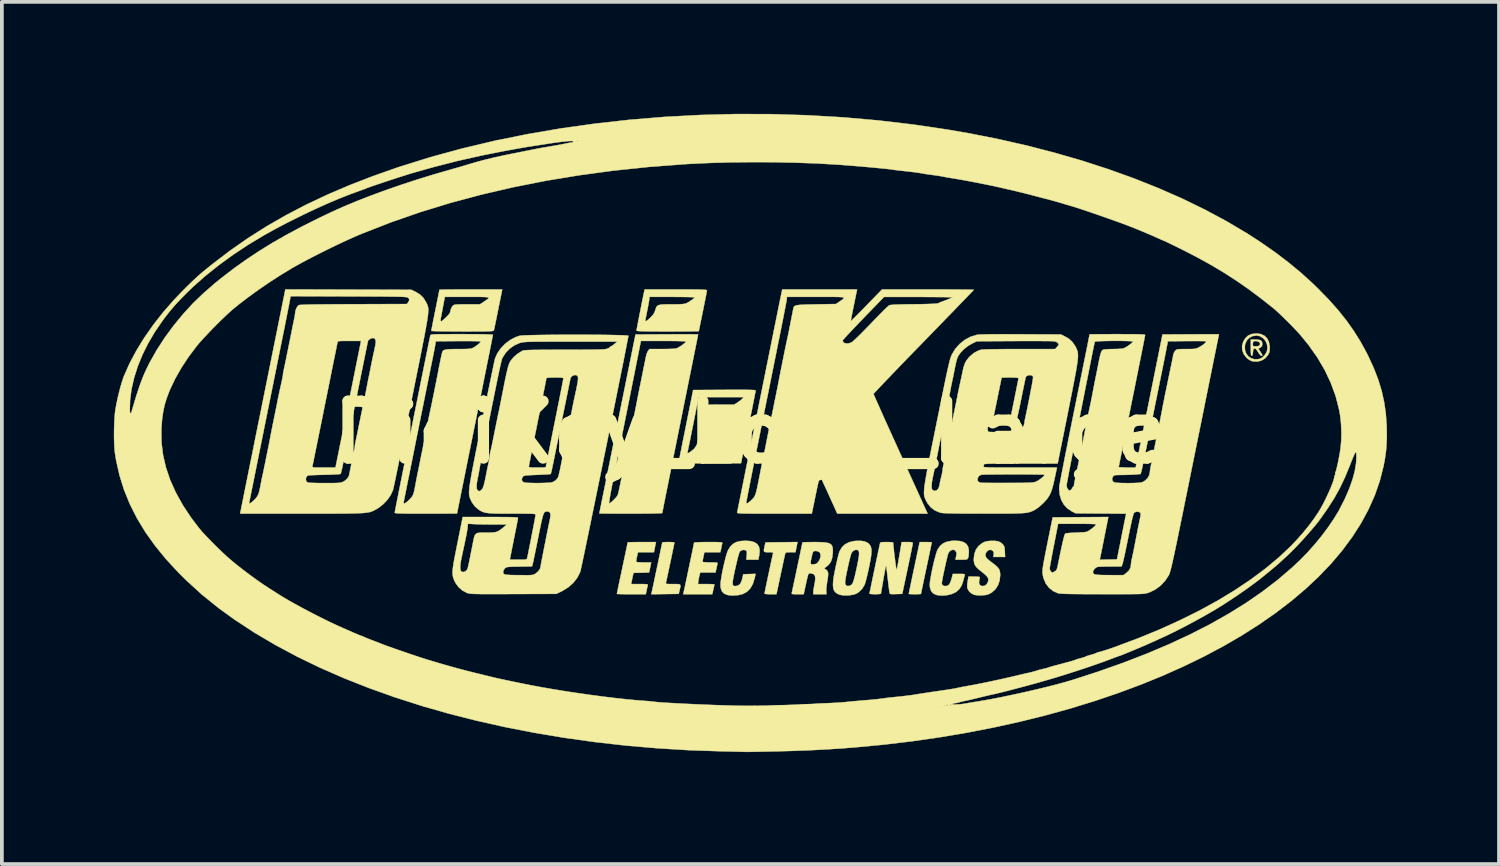
<source format=kicad_pcb>
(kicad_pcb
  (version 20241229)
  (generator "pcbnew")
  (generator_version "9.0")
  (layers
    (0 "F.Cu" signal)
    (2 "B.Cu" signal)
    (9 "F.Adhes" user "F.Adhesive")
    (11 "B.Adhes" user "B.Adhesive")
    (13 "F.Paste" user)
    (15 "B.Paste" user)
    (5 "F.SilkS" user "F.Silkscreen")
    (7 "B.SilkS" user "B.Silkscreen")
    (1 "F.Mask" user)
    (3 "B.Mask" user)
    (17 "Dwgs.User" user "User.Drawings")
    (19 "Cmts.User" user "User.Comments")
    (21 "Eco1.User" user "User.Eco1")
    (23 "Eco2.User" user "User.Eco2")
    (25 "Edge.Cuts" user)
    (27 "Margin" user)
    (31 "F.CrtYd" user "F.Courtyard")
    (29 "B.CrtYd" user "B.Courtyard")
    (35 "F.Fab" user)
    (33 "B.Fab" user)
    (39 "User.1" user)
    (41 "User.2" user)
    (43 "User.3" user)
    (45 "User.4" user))
  (footprint "DigiKey_Logo_Large"
    (layer "F.Cu")
    (at 17.049 8.532)
    (property "Reference" "DigiKey_Logo_Large" (at 0 0 0) (layer "F.SilkS") (effects (font (size 1.524 1.524) (thickness 0.3))))
    (attr through_hole)
    (fp_poly (pts (xy 4.772 2.94) (xy 4.827 2.941) (xy 4.858 2.944) (xy 4.862 2.945) (xy 4.859 2.964) (xy 4.848 3.014) (xy 4.832 3.092) (xy 4.811 3.193) (xy 4.785 3.315) (xy 4.756 3.453) (xy 4.724 3.603) (xy 4.717 3.635) (xy 4.685 3.788) (xy 4.655 3.929) (xy 4.629 4.054) (xy 4.606 4.161) (xy 4.589 4.244) (xy 4.577 4.301) (xy 4.572 4.327) (xy 4.572 4.328) (xy 4.555 4.331) (xy 4.51 4.334) (xy 4.445 4.336) (xy 4.409 4.336) (xy 4.337 4.335) (xy 4.281 4.333) (xy 4.25 4.329) (xy 4.245 4.327) (xy 4.249 4.308) (xy 4.259 4.259) (xy 4.275 4.183) (xy 4.295 4.086) (xy 4.319 3.972) (xy 4.345 3.847) (xy 4.373 3.714) (xy 4.402 3.579) (xy 4.43 3.446) (xy 4.457 3.32) (xy 4.481 3.205) (xy 4.502 3.107) (xy 4.518 3.034) (xy 4.539 2.939) (xy 4.701 2.939) (xy 4.772 2.94)) (stroke (width 0.01) (type solid)) (fill yes) (layer "F.SilkS"))
    (fp_poly (pts (xy 1.238 3.075) (xy 1.211 3.211) (xy 1.078 3.211) (xy 1.008 3.213) (xy 0.966 3.218) (xy 0.944 3.229) (xy 0.937 3.243) (xy 0.931 3.268) (xy 0.918 3.324) (xy 0.9 3.407) (xy 0.878 3.51) (xy 0.852 3.63) (xy 0.823 3.763) (xy 0.814 3.805) (xy 0.701 4.336) (xy 0.541 4.336) (xy 0.47 4.335) (xy 0.415 4.33) (xy 0.385 4.324) (xy 0.381 4.321) (xy 0.385 4.3) (xy 0.395 4.249) (xy 0.41 4.173) (xy 0.43 4.078) (xy 0.453 3.969) (xy 0.478 3.851) (xy 0.503 3.731) (xy 0.529 3.612) (xy 0.552 3.501) (xy 0.574 3.404) (xy 0.591 3.325) (xy 0.603 3.269) (xy 0.61 3.243) (xy 0.611 3.226) (xy 0.597 3.217) (xy 0.561 3.212) (xy 0.497 3.211) (xy 0.491 3.211) (xy 0.425 3.21) (xy 0.385 3.204) (xy 0.366 3.184) (xy 0.365 3.145) (xy 0.378 3.081) (xy 0.387 3.039) (xy 0.408 2.948) (xy 0.837 2.943) (xy 1.265 2.938) (xy 1.238 3.075)) (stroke (width 0.01) (type solid)) (fill yes) (layer "F.SilkS"))
    (fp_poly (pts (xy -2.123 2.94) (xy -2.068 2.943) (xy -2.036 2.948) (xy -2.032 2.95) (xy -2.036 2.971) (xy -2.046 3.021) (xy -2.061 3.097) (xy -2.081 3.192) (xy -2.104 3.301) (xy -2.128 3.418) (xy -2.154 3.539) (xy -2.179 3.657) (xy -2.203 3.769) (xy -2.224 3.867) (xy -2.241 3.947) (xy -2.254 4.004) (xy -2.26 4.031) (xy -2.261 4.032) (xy -2.262 4.046) (xy -2.252 4.055) (xy -2.224 4.061) (xy -2.173 4.063) (xy -2.093 4.064) (xy -2.07 4.064) (xy -1.978 4.064) (xy -1.918 4.067) (xy -1.884 4.078) (xy -1.871 4.101) (xy -1.874 4.142) (xy -1.888 4.204) (xy -1.894 4.227) (xy -1.917 4.327) (xy -2.653 4.337) (xy -2.643 4.296) (xy -2.636 4.265) (xy -2.623 4.206) (xy -2.605 4.122) (xy -2.583 4.019) (xy -2.558 3.901) (xy -2.531 3.772) (xy -2.503 3.639) (xy -2.474 3.505) (xy -2.447 3.375) (xy -2.422 3.254) (xy -2.399 3.147) (xy -2.381 3.059) (xy -2.367 2.993) (xy -2.36 2.956) (xy -2.359 2.949) (xy -2.342 2.945) (xy -2.297 2.941) (xy -2.232 2.939) (xy -2.195 2.939) (xy -2.123 2.94)) (stroke (width 0.01) (type solid)) (fill yes) (layer "F.SilkS"))
    (fp_poly (pts (xy 13.618 -2.481) (xy 13.673 -2.465) (xy 13.704 -2.435) (xy 13.715 -2.385) (xy 13.716 -2.366) (xy 13.709 -2.316) (xy 13.681 -2.283) (xy 13.663 -2.272) (xy 13.611 -2.242) (xy 13.672 -2.146) (xy 13.705 -2.094) (xy 13.718 -2.065) (xy 13.715 -2.053) (xy 13.699 -2.05) (xy 13.665 -2.068) (xy 13.623 -2.119) (xy 13.604 -2.151) (xy 13.565 -2.209) (xy 13.535 -2.239) (xy 13.508 -2.246) (xy 13.507 -2.246) (xy 13.485 -2.237) (xy 13.473 -2.211) (xy 13.467 -2.16) (xy 13.466 -2.145) (xy 13.459 -2.085) (xy 13.446 -2.055) (xy 13.434 -2.05) (xy 13.422 -2.056) (xy 13.415 -2.078) (xy 13.41 -2.121) (xy 13.408 -2.191) (xy 13.408 -2.268) (xy 13.408 -2.368) (xy 13.462 -2.368) (xy 13.464 -2.328) (xy 13.476 -2.31) (xy 13.508 -2.304) (xy 13.541 -2.304) (xy 13.601 -2.31) (xy 13.639 -2.327) (xy 13.643 -2.33) (xy 13.658 -2.371) (xy 13.642 -2.409) (xy 13.6 -2.436) (xy 13.579 -2.442) (xy 13.516 -2.447) (xy 13.479 -2.433) (xy 13.464 -2.396) (xy 13.462 -2.368) (xy 13.408 -2.368) (xy 13.408 -2.486) (xy 13.533 -2.486) (xy 13.618 -2.481)) (stroke (width 0.01) (type solid)) (fill yes) (layer "F.SilkS"))
    (fp_poly (pts (xy 13.675 -2.634) (xy 13.771 -2.59) (xy 13.844 -2.519) (xy 13.892 -2.423) (xy 13.914 -2.304) (xy 13.916 -2.266) (xy 13.913 -2.192) (xy 13.901 -2.137) (xy 13.875 -2.085) (xy 13.862 -2.064) (xy 13.79 -1.981) (xy 13.696 -1.925) (xy 13.59 -1.897) (xy 13.477 -1.9) (xy 13.436 -1.908) (xy 13.377 -1.936) (xy 13.312 -1.983) (xy 13.288 -2.005) (xy 13.217 -2.1) (xy 13.179 -2.205) (xy 13.174 -2.313) (xy 13.249 -2.313) (xy 13.252 -2.205) (xy 13.285 -2.111) (xy 13.342 -2.036) (xy 13.419 -1.984) (xy 13.51 -1.957) (xy 13.611 -1.961) (xy 13.671 -1.978) (xy 13.725 -2.012) (xy 13.78 -2.069) (xy 13.823 -2.136) (xy 13.842 -2.18) (xy 13.855 -2.278) (xy 13.838 -2.373) (xy 13.796 -2.459) (xy 13.733 -2.528) (xy 13.654 -2.576) (xy 13.563 -2.594) (xy 13.557 -2.594) (xy 13.454 -2.578) (xy 13.366 -2.531) (xy 13.299 -2.459) (xy 13.258 -2.364) (xy 13.249 -2.313) (xy 13.174 -2.313) (xy 13.174 -2.315) (xy 13.204 -2.425) (xy 13.257 -2.517) (xy 13.331 -2.589) (xy 13.428 -2.633) (xy 13.547 -2.649) (xy 13.558 -2.649) (xy 13.675 -2.634)) (stroke (width 0.01) (type solid)) (fill yes) (layer "F.SilkS"))
    (fp_poly (pts (xy -2.554 3.075) (xy -2.581 3.211) (xy -3.009 3.211) (xy -3.036 3.333) (xy -3.049 3.396) (xy -3.056 3.444) (xy -3.055 3.469) (xy -3.055 3.469) (xy -3.034 3.475) (xy -2.985 3.48) (xy -2.915 3.483) (xy -2.85 3.483) (xy -2.654 3.483) (xy -2.682 3.619) (xy -2.711 3.754) (xy -2.92 3.76) (xy -3.129 3.765) (xy -3.149 3.855) (xy -3.163 3.922) (xy -3.176 3.985) (xy -3.181 4.005) (xy -3.192 4.064) (xy -2.965 4.064) (xy -2.87 4.064) (xy -2.807 4.066) (xy -2.768 4.07) (xy -2.749 4.077) (xy -2.745 4.087) (xy -2.746 4.096) (xy -2.755 4.13) (xy -2.768 4.186) (xy -2.777 4.232) (xy -2.8 4.336) (xy -3.187 4.336) (xy -3.301 4.336) (xy -3.402 4.335) (xy -3.484 4.333) (xy -3.542 4.331) (xy -3.572 4.329) (xy -3.574 4.328) (xy -3.57 4.309) (xy -3.56 4.259) (xy -3.544 4.18) (xy -3.522 4.078) (xy -3.497 3.956) (xy -3.467 3.818) (xy -3.435 3.668) (xy -3.429 3.638) (xy -3.397 3.486) (xy -3.367 3.345) (xy -3.34 3.219) (xy -3.318 3.113) (xy -3.301 3.03) (xy -3.289 2.974) (xy -3.284 2.948) (xy -3.284 2.947) (xy -3.267 2.945) (xy -3.218 2.943) (xy -3.145 2.941) (xy -3.05 2.94) (xy -2.941 2.939) (xy -2.906 2.939) (xy -2.527 2.939) (xy -2.554 3.075)) (stroke (width 0.01) (type solid)) (fill yes) (layer "F.SilkS"))
    (fp_poly (pts (xy 0.007 2.913) (xy 0.111 2.943) (xy 0.186 2.993) (xy 0.233 3.065) (xy 0.251 3.159) (xy 0.242 3.277) (xy 0.237 3.308) (xy 0.215 3.411) (xy -0.105 3.411) (xy -0.095 3.295) (xy -0.091 3.231) (xy -0.094 3.193) (xy -0.105 3.171) (xy -0.124 3.158) (xy -0.181 3.147) (xy -0.241 3.163) (xy -0.28 3.192) (xy -0.293 3.219) (xy -0.312 3.278) (xy -0.335 3.362) (xy -0.361 3.469) (xy -0.39 3.592) (xy -0.4 3.636) (xy -0.431 3.779) (xy -0.453 3.891) (xy -0.468 3.975) (xy -0.474 4.035) (xy -0.471 4.076) (xy -0.459 4.101) (xy -0.439 4.113) (xy -0.41 4.118) (xy -0.389 4.118) (xy -0.322 4.103) (xy -0.27 4.057) (xy -0.231 3.977) (xy -0.213 3.913) (xy -0.188 3.801) (xy 0.142 3.791) (xy 0.115 3.914) (xy 0.068 4.061) (xy 0.001 4.18) (xy -0.088 4.269) (xy -0.199 4.33) (xy -0.334 4.363) (xy -0.468 4.371) (xy -0.537 4.367) (xy -0.599 4.359) (xy -0.626 4.352) (xy -0.708 4.314) (xy -0.762 4.255) (xy -0.791 4.173) (xy -0.798 4.088) (xy -0.794 4.016) (xy -0.78 3.919) (xy -0.761 3.803) (xy -0.736 3.676) (xy -0.708 3.548) (xy -0.678 3.424) (xy -0.649 3.313) (xy -0.621 3.222) (xy -0.597 3.161) (xy -0.537 3.061) (xy -0.463 2.988) (xy -0.373 2.939) (xy -0.259 2.912) (xy -0.127 2.904) (xy 0.007 2.913)) (stroke (width 0.01) (type solid)) (fill yes) (layer "F.SilkS"))
    (fp_poly (pts (xy -0.997 2.939) (xy -0.901 2.94) (xy -0.834 2.942) (xy -0.789 2.945) (xy -0.763 2.95) (xy -0.751 2.957) (xy -0.749 2.967) (xy -0.75 2.971) (xy -0.759 3.006) (xy -0.771 3.062) (xy -0.78 3.107) (xy -0.801 3.211) (xy -1.229 3.211) (xy -1.256 3.334) (xy -1.268 3.397) (xy -1.275 3.446) (xy -1.275 3.47) (xy -1.275 3.47) (xy -1.255 3.475) (xy -1.207 3.48) (xy -1.137 3.483) (xy -1.068 3.483) (xy -0.981 3.484) (xy -0.924 3.486) (xy -0.891 3.491) (xy -0.878 3.499) (xy -0.877 3.512) (xy -0.877 3.515) (xy -0.886 3.55) (xy -0.899 3.606) (xy -0.909 3.651) (xy -0.931 3.756) (xy -1.341 3.756) (xy -1.36 3.825) (xy -1.375 3.89) (xy -1.388 3.962) (xy -1.39 3.98) (xy -1.402 4.064) (xy -1.182 4.064) (xy -1.097 4.065) (xy -1.028 4.067) (xy -0.98 4.07) (xy -0.962 4.074) (xy -0.962 4.074) (xy -0.965 4.095) (xy -0.975 4.142) (xy -0.989 4.205) (xy -0.99 4.21) (xy -1.019 4.336) (xy -1.797 4.336) (xy -1.787 4.295) (xy -1.779 4.257) (xy -1.764 4.19) (xy -1.745 4.101) (xy -1.722 3.993) (xy -1.696 3.872) (xy -1.669 3.741) (xy -1.641 3.607) (xy -1.613 3.474) (xy -1.586 3.346) (xy -1.561 3.228) (xy -1.54 3.126) (xy -1.523 3.043) (xy -1.512 2.985) (xy -1.506 2.957) (xy -1.506 2.955) (xy -1.489 2.95) (xy -1.44 2.946) (xy -1.366 2.943) (xy -1.272 2.94) (xy -1.163 2.939) (xy -1.124 2.939) (xy -0.997 2.939)) (stroke (width 0.01) (type solid)) (fill yes) (layer "F.SilkS"))
    (fp_poly (pts (xy 5.618 2.912) (xy 5.719 2.942) (xy 5.791 2.993) (xy 5.836 3.065) (xy 5.855 3.16) (xy 5.854 3.229) (xy 5.847 3.312) (xy 5.836 3.364) (xy 5.816 3.394) (xy 5.777 3.407) (xy 5.715 3.411) (xy 5.659 3.411) (xy 5.498 3.411) (xy 5.508 3.352) (xy 5.518 3.304) (xy 5.525 3.27) (xy 5.526 3.27) (xy 5.524 3.226) (xy 5.502 3.181) (xy 5.469 3.151) (xy 5.464 3.149) (xy 5.407 3.148) (xy 5.352 3.176) (xy 5.311 3.226) (xy 5.307 3.234) (xy 5.295 3.269) (xy 5.278 3.334) (xy 5.257 3.419) (xy 5.234 3.52) (xy 5.21 3.628) (xy 5.186 3.737) (xy 5.165 3.839) (xy 5.148 3.929) (xy 5.136 3.998) (xy 5.13 4.04) (xy 5.13 4.043) (xy 5.144 4.09) (xy 5.186 4.114) (xy 5.226 4.118) (xy 5.275 4.112) (xy 5.313 4.091) (xy 5.345 4.049) (xy 5.374 3.981) (xy 5.403 3.883) (xy 5.406 3.869) (xy 5.426 3.792) (xy 5.59 3.792) (xy 5.668 3.793) (xy 5.715 3.795) (xy 5.739 3.802) (xy 5.746 3.813) (xy 5.745 3.824) (xy 5.736 3.857) (xy 5.721 3.913) (xy 5.706 3.973) (xy 5.664 4.098) (xy 5.603 4.195) (xy 5.521 4.27) (xy 5.504 4.282) (xy 5.403 4.329) (xy 5.282 4.36) (xy 5.154 4.373) (xy 5.033 4.365) (xy 4.98 4.353) (xy 4.899 4.314) (xy 4.844 4.249) (xy 4.814 4.159) (xy 4.808 4.081) (xy 4.812 4.019) (xy 4.825 3.932) (xy 4.844 3.825) (xy 4.867 3.706) (xy 4.894 3.582) (xy 4.922 3.46) (xy 4.951 3.348) (xy 4.978 3.251) (xy 5.002 3.177) (xy 5.019 3.137) (xy 5.085 3.042) (xy 5.167 2.973) (xy 5.27 2.929) (xy 5.397 2.906) (xy 5.487 2.903) (xy 5.618 2.912)) (stroke (width 0.01) (type solid)) (fill yes) (layer "F.SilkS"))
    (fp_poly (pts (xy 3.061 2.922) (xy 3.136 2.954) (xy 3.184 2.994) (xy 3.214 3.033) (xy 3.235 3.08) (xy 3.245 3.14) (xy 3.245 3.216) (xy 3.236 3.313) (xy 3.216 3.435) (xy 3.186 3.586) (xy 3.175 3.64) (xy 3.15 3.755) (xy 3.124 3.864) (xy 3.1 3.958) (xy 3.079 4.032) (xy 3.064 4.079) (xy 3.063 4.081) (xy 2.999 4.189) (xy 2.908 4.278) (xy 2.84 4.322) (xy 2.769 4.346) (xy 2.677 4.362) (xy 2.575 4.369) (xy 2.478 4.365) (xy 2.399 4.351) (xy 2.387 4.347) (xy 2.324 4.318) (xy 2.276 4.281) (xy 2.242 4.233) (xy 2.222 4.17) (xy 2.215 4.089) (xy 2.219 4.016) (xy 2.54 4.016) (xy 2.546 4.064) (xy 2.562 4.096) (xy 2.562 4.097) (xy 2.605 4.117) (xy 2.658 4.112) (xy 2.709 4.086) (xy 2.718 4.077) (xy 2.736 4.051) (xy 2.755 4.011) (xy 2.774 3.952) (xy 2.796 3.871) (xy 2.821 3.765) (xy 2.851 3.629) (xy 2.877 3.502) (xy 2.9 3.38) (xy 2.913 3.289) (xy 2.914 3.224) (xy 2.905 3.181) (xy 2.885 3.156) (xy 2.869 3.149) (xy 2.813 3.148) (xy 2.757 3.176) (xy 2.714 3.227) (xy 2.712 3.231) (xy 2.698 3.268) (xy 2.68 3.333) (xy 2.658 3.42) (xy 2.634 3.52) (xy 2.61 3.628) (xy 2.587 3.736) (xy 2.567 3.836) (xy 2.552 3.922) (xy 2.542 3.986) (xy 2.54 4.016) (xy 2.219 4.016) (xy 2.22 3.985) (xy 2.238 3.856) (xy 2.268 3.698) (xy 2.286 3.611) (xy 2.311 3.498) (xy 2.335 3.393) (xy 2.357 3.304) (xy 2.375 3.236) (xy 2.387 3.196) (xy 2.388 3.195) (xy 2.451 3.084) (xy 2.537 3) (xy 2.646 2.943) (xy 2.781 2.912) (xy 2.839 2.907) (xy 2.964 2.906) (xy 3.061 2.922)) (stroke (width 0.01) (type solid)) (fill yes) (layer "F.SilkS"))
    (fp_poly (pts (xy 6.64 2.92) (xy 6.708 2.951) (xy 6.76 2.995) (xy 6.787 3.027) (xy 6.803 3.06) (xy 6.813 3.104) (xy 6.818 3.171) (xy 6.819 3.194) (xy 6.826 3.338) (xy 6.509 3.338) (xy 6.521 3.291) (xy 6.524 3.227) (xy 6.502 3.18) (xy 6.463 3.153) (xy 6.415 3.147) (xy 6.366 3.165) (xy 6.324 3.209) (xy 6.312 3.233) (xy 6.299 3.282) (xy 6.305 3.326) (xy 6.334 3.372) (xy 6.389 3.424) (xy 6.473 3.488) (xy 6.474 3.489) (xy 6.563 3.556) (xy 6.625 3.613) (xy 6.665 3.667) (xy 6.686 3.725) (xy 6.694 3.795) (xy 6.695 3.823) (xy 6.68 3.966) (xy 6.637 4.093) (xy 6.568 4.201) (xy 6.476 4.285) (xy 6.439 4.308) (xy 6.374 4.339) (xy 6.312 4.356) (xy 6.234 4.364) (xy 6.206 4.366) (xy 6.128 4.366) (xy 6.054 4.361) (xy 6.001 4.352) (xy 6 4.352) (xy 5.924 4.315) (xy 5.861 4.258) (xy 5.821 4.189) (xy 5.813 4.163) (xy 5.811 4.111) (xy 5.815 4.041) (xy 5.824 3.982) (xy 5.846 3.864) (xy 5.998 3.864) (xy 6.067 3.866) (xy 6.12 3.87) (xy 6.148 3.876) (xy 6.15 3.878) (xy 6.146 3.903) (xy 6.136 3.948) (xy 6.133 3.964) (xy 6.127 4.037) (xy 6.149 4.088) (xy 6.196 4.115) (xy 6.23 4.118) (xy 6.292 4.104) (xy 6.339 4.06) (xy 6.369 3.998) (xy 6.379 3.95) (xy 6.37 3.905) (xy 6.34 3.859) (xy 6.285 3.805) (xy 6.213 3.746) (xy 6.123 3.674) (xy 6.06 3.614) (xy 6.019 3.558) (xy 5.997 3.5) (xy 5.988 3.433) (xy 5.987 3.401) (xy 6.002 3.26) (xy 6.046 3.139) (xy 6.12 3.039) (xy 6.217 2.964) (xy 6.276 2.935) (xy 6.339 2.917) (xy 6.421 2.908) (xy 6.441 2.907) (xy 6.553 2.906) (xy 6.64 2.92)) (stroke (width 0.01) (type solid)) (fill yes) (layer "F.SilkS"))
    (fp_poly (pts (xy -0.181 -1.14) (xy -0.071 -1.139) (xy 0.014 -1.137) (xy 0.075 -1.134) (xy 0.115 -1.131) (xy 0.137 -1.126) (xy 0.144 -1.121) (xy 0.144 -1.121) (xy 0.141 -1.099) (xy 0.13 -1.045) (xy 0.114 -0.962) (xy 0.093 -0.854) (xy 0.067 -0.724) (xy 0.037 -0.574) (xy 0.003 -0.409) (xy -0.033 -0.232) (xy -0.052 -0.136) (xy -0.248 0.826) (xy -1.085 0.83) (xy -1.256 0.831) (xy -1.415 0.831) (xy -1.558 0.83) (xy -1.683 0.829) (xy -1.785 0.828) (xy -1.861 0.826) (xy -1.908 0.824) (xy -1.922 0.821) (xy -1.919 0.801) (xy -1.908 0.749) (xy -1.892 0.668) (xy -1.871 0.561) (xy -1.869 0.551) (xy -1.683 0.551) (xy -1.675 0.56) (xy -1.648 0.548) (xy -1.601 0.519) (xy -1.503 0.439) (xy -1.437 0.343) (xy -1.406 0.243) (xy -1.396 0.186) (xy -1.382 0.113) (xy -1.37 0.054) (xy -1.353 -0.023) (xy -1.334 -0.117) (xy -1.316 -0.208) (xy -1.314 -0.218) (xy -1.296 -0.305) (xy -1.277 -0.393) (xy -1.261 -0.466) (xy -1.259 -0.474) (xy -1.245 -0.538) (xy -1.236 -0.594) (xy -1.234 -0.618) (xy -1.222 -0.661) (xy -1.194 -0.702) (xy -1.18 -0.716) (xy -1.163 -0.727) (xy -1.139 -0.734) (xy -1.103 -0.739) (xy -1.049 -0.742) (xy -0.973 -0.743) (xy -0.868 -0.744) (xy -0.792 -0.744) (xy -0.43 -0.744) (xy -0.345 -0.798) (xy -0.288 -0.838) (xy -0.237 -0.879) (xy -0.218 -0.898) (xy -0.175 -0.943) (xy -1.388 -0.943) (xy -1.428 -0.73) (xy -1.44 -0.668) (xy -1.457 -0.579) (xy -1.479 -0.468) (xy -1.504 -0.341) (xy -1.531 -0.204) (xy -1.56 -0.063) (xy -1.588 0.076) (xy -1.614 0.207) (xy -1.638 0.324) (xy -1.658 0.421) (xy -1.673 0.492) (xy -1.679 0.522) (xy -1.683 0.551) (xy -1.869 0.551) (xy -1.845 0.432) (xy -1.816 0.283) (xy -1.783 0.119) (xy -1.747 -0.058) (xy -1.726 -0.163) (xy -1.531 -1.134) (xy -0.693 -1.139) (xy -0.49 -1.14) (xy -0.32 -1.14) (xy -0.181 -1.14)) (stroke (width 0.01) (type solid)) (fill yes) (layer "F.SilkS"))
    (fp_poly (pts (xy 4.279 2.94) (xy 4.324 2.944) (xy 4.346 2.952) (xy 4.353 2.965) (xy 4.353 2.971) (xy 4.35 2.995) (xy 4.339 3.051) (xy 4.322 3.134) (xy 4.301 3.24) (xy 4.275 3.365) (xy 4.246 3.505) (xy 4.214 3.655) (xy 4.212 3.665) (xy 4.071 4.327) (xy 3.905 4.332) (xy 3.826 4.334) (xy 3.777 4.333) (xy 3.749 4.328) (xy 3.736 4.316) (xy 3.73 4.297) (xy 3.73 4.296) (xy 3.725 4.265) (xy 3.717 4.205) (xy 3.707 4.122) (xy 3.695 4.022) (xy 3.683 3.92) (xy 3.671 3.814) (xy 3.66 3.721) (xy 3.65 3.647) (xy 3.643 3.597) (xy 3.639 3.578) (xy 3.631 3.589) (xy 3.621 3.623) (xy 3.613 3.666) (xy 3.601 3.734) (xy 3.586 3.819) (xy 3.569 3.914) (xy 3.552 4.012) (xy 3.536 4.108) (xy 3.521 4.193) (xy 3.51 4.26) (xy 3.503 4.305) (xy 3.502 4.318) (xy 3.484 4.327) (xy 3.436 4.333) (xy 3.363 4.336) (xy 3.347 4.336) (xy 3.278 4.334) (xy 3.224 4.33) (xy 3.196 4.323) (xy 3.193 4.321) (xy 3.197 4.301) (xy 3.207 4.25) (xy 3.223 4.174) (xy 3.243 4.076) (xy 3.266 3.962) (xy 3.293 3.836) (xy 3.32 3.704) (xy 3.349 3.569) (xy 3.376 3.438) (xy 3.403 3.314) (xy 3.426 3.202) (xy 3.447 3.107) (xy 3.462 3.034) (xy 3.472 2.988) (xy 3.474 2.98) (xy 3.481 2.961) (xy 3.495 2.949) (xy 3.523 2.942) (xy 3.573 2.94) (xy 3.651 2.939) (xy 3.656 2.939) (xy 3.73 2.94) (xy 3.788 2.944) (xy 3.822 2.949) (xy 3.828 2.953) (xy 3.829 2.987) (xy 3.834 3.046) (xy 3.843 3.125) (xy 3.853 3.216) (xy 3.865 3.314) (xy 3.877 3.413) (xy 3.889 3.505) (xy 3.9 3.585) (xy 3.91 3.646) (xy 3.917 3.681) (xy 3.919 3.688) (xy 3.926 3.667) (xy 3.937 3.615) (xy 3.952 3.539) (xy 3.969 3.443) (xy 3.988 3.334) (xy 3.993 3.307) (xy 4.054 2.939) (xy 4.204 2.939) (xy 4.279 2.94)) (stroke (width 0.01) (type solid)) (fill yes) (layer "F.SilkS"))
    (fp_poly (pts (xy -6.752 -3.298) (xy -6.779 -3.163) (xy -6.804 -3.038) (xy -6.827 -2.929) (xy -6.845 -2.84) (xy -6.859 -2.775) (xy -6.867 -2.74) (xy -6.868 -2.736) (xy -6.872 -2.728) (xy -6.882 -2.722) (xy -6.899 -2.717) (xy -6.928 -2.712) (xy -6.972 -2.709) (xy -7.033 -2.707) (xy -7.114 -2.705) (xy -7.22 -2.704) (xy -7.352 -2.704) (xy -7.515 -2.703) (xy -7.711 -2.703) (xy -7.712 -2.703) (xy -7.882 -2.704) (xy -8.04 -2.705) (xy -8.183 -2.706) (xy -8.308 -2.708) (xy -8.41 -2.71) (xy -8.486 -2.713) (xy -8.532 -2.716) (xy -8.545 -2.719) (xy -8.542 -2.74) (xy -8.532 -2.792) (xy -8.517 -2.871) (xy -8.497 -2.972) (xy -8.49 -3.008) (xy -8.298 -3.008) (xy -8.29 -2.981) (xy -8.273 -2.975) (xy -8.255 -2.987) (xy -8.218 -3.018) (xy -8.169 -3.063) (xy -8.151 -3.08) (xy -8.094 -3.137) (xy -8.058 -3.182) (xy -8.039 -3.222) (xy -8.03 -3.262) (xy -8.009 -3.333) (xy -7.974 -3.385) (xy -7.958 -3.4) (xy -7.94 -3.412) (xy -7.916 -3.419) (xy -7.88 -3.424) (xy -7.826 -3.427) (xy -7.749 -3.429) (xy -7.644 -3.429) (xy -7.587 -3.429) (xy -7.243 -3.429) (xy -7.134 -3.502) (xy -7.083 -3.536) (xy -7.044 -3.563) (xy -7.018 -3.584) (xy -7.01 -3.6) (xy -7.02 -3.612) (xy -7.053 -3.62) (xy -7.109 -3.625) (xy -7.192 -3.628) (xy -7.305 -3.629) (xy -7.449 -3.629) (xy -7.581 -3.629) (xy -8.182 -3.629) (xy -8.19 -3.588) (xy -8.197 -3.554) (xy -8.208 -3.494) (xy -8.223 -3.415) (xy -8.237 -3.338) (xy -8.254 -3.248) (xy -8.27 -3.164) (xy -8.283 -3.098) (xy -8.29 -3.062) (xy -8.298 -3.008) (xy -8.49 -3.008) (xy -8.473 -3.09) (xy -8.447 -3.222) (xy -8.436 -3.273) (xy -8.409 -3.408) (xy -8.385 -3.531) (xy -8.363 -3.638) (xy -8.346 -3.724) (xy -8.334 -3.785) (xy -8.328 -3.817) (xy -8.328 -3.82) (xy -8.31 -3.822) (xy -8.26 -3.823) (xy -8.18 -3.825) (xy -8.075 -3.826) (xy -7.948 -3.827) (xy -7.803 -3.828) (xy -7.643 -3.828) (xy -7.487 -3.828) (xy -6.645 -3.828) (xy -6.752 -3.298)) (stroke (width 0.01) (type solid)) (fill yes) (layer "F.SilkS"))
    (fp_poly (pts (xy 1.865 2.941) (xy 1.982 2.947) (xy 2.07 2.96) (xy 2.134 2.982) (xy 2.176 3.016) (xy 2.2 3.063) (xy 2.211 3.125) (xy 2.211 3.206) (xy 2.21 3.234) (xy 2.194 3.361) (xy 2.161 3.461) (xy 2.107 3.54) (xy 2.051 3.59) (xy 1.98 3.641) (xy 2.033 3.681) (xy 2.06 3.705) (xy 2.078 3.735) (xy 2.085 3.776) (xy 2.084 3.835) (xy 2.074 3.918) (xy 2.057 4.021) (xy 2.045 4.105) (xy 2.037 4.185) (xy 2.034 4.246) (xy 2.035 4.264) (xy 2.042 4.336) (xy 1.687 4.336) (xy 1.688 4.277) (xy 1.692 4.228) (xy 1.703 4.16) (xy 1.714 4.1) (xy 1.735 3.988) (xy 1.741 3.904) (xy 1.732 3.846) (xy 1.708 3.808) (xy 1.698 3.8) (xy 1.647 3.78) (xy 1.603 3.777) (xy 1.586 3.779) (xy 1.574 3.782) (xy 1.562 3.792) (xy 1.552 3.811) (xy 1.541 3.846) (xy 1.527 3.899) (xy 1.509 3.976) (xy 1.487 4.08) (xy 1.461 4.196) (xy 1.431 4.336) (xy 1.267 4.336) (xy 1.189 4.336) (xy 1.142 4.333) (xy 1.117 4.328) (xy 1.11 4.316) (xy 1.112 4.298) (xy 1.113 4.295) (xy 1.12 4.265) (xy 1.132 4.205) (xy 1.15 4.122) (xy 1.172 4.018) (xy 1.198 3.9) (xy 1.225 3.772) (xy 1.253 3.639) (xy 1.281 3.505) (xy 1.288 3.473) (xy 1.617 3.473) (xy 1.618 3.51) (xy 1.629 3.53) (xy 1.651 3.537) (xy 1.668 3.538) (xy 1.726 3.531) (xy 1.769 3.52) (xy 1.809 3.488) (xy 1.847 3.432) (xy 1.874 3.364) (xy 1.886 3.294) (xy 1.886 3.289) (xy 1.871 3.231) (xy 1.829 3.193) (xy 1.765 3.177) (xy 1.739 3.178) (xy 1.709 3.183) (xy 1.689 3.194) (xy 1.674 3.221) (xy 1.66 3.269) (xy 1.648 3.32) (xy 1.628 3.411) (xy 1.617 3.473) (xy 1.288 3.473) (xy 1.309 3.375) (xy 1.334 3.254) (xy 1.356 3.147) (xy 1.375 3.058) (xy 1.388 2.993) (xy 1.396 2.956) (xy 1.397 2.949) (xy 1.414 2.946) (xy 1.462 2.943) (xy 1.534 2.941) (xy 1.625 2.94) (xy 1.715 2.939) (xy 1.865 2.941)) (stroke (width 0.01) (type solid)) (fill yes) (layer "F.SilkS"))
    (fp_poly (pts (xy -1.797 -3.828) (xy -1.631 -3.828) (xy -1.496 -3.827) (xy -1.389 -3.825) (xy -1.306 -3.823) (xy -1.245 -3.821) (xy -1.203 -3.817) (xy -1.177 -3.813) (xy -1.164 -3.807) (xy -1.161 -3.802) (xy -1.165 -3.779) (xy -1.175 -3.724) (xy -1.19 -3.643) (xy -1.211 -3.541) (xy -1.235 -3.421) (xy -1.261 -3.29) (xy -1.27 -3.248) (xy -1.297 -3.114) (xy -1.322 -2.993) (xy -1.344 -2.887) (xy -1.361 -2.803) (xy -1.373 -2.743) (xy -1.378 -2.713) (xy -1.379 -2.711) (xy -1.396 -2.709) (xy -1.447 -2.708) (xy -1.526 -2.707) (xy -1.631 -2.705) (xy -1.758 -2.705) (xy -1.903 -2.704) (xy -2.063 -2.703) (xy -2.213 -2.703) (xy -2.415 -2.703) (xy -2.584 -2.704) (xy -2.721 -2.705) (xy -2.83 -2.707) (xy -2.914 -2.709) (xy -2.975 -2.712) (xy -3.016 -2.716) (xy -3.039 -2.72) (xy -3.048 -2.726) (xy -3.048 -2.727) (xy -3.045 -2.749) (xy -3.035 -2.801) (xy -3.021 -2.878) (xy -3.002 -2.974) (xy -2.999 -2.99) (xy -2.812 -2.99) (xy -2.804 -2.976) (xy -2.779 -2.986) (xy -2.734 -3.021) (xy -2.679 -3.071) (xy -2.618 -3.135) (xy -2.577 -3.193) (xy -2.55 -3.259) (xy -2.548 -3.266) (xy -2.531 -3.319) (xy -2.513 -3.36) (xy -2.49 -3.389) (xy -2.456 -3.408) (xy -2.406 -3.42) (xy -2.336 -3.427) (xy -2.239 -3.429) (xy -2.112 -3.43) (xy -2.107 -3.43) (xy -1.982 -3.43) (xy -1.888 -3.432) (xy -1.819 -3.436) (xy -1.769 -3.442) (xy -1.732 -3.45) (xy -1.705 -3.461) (xy -1.653 -3.49) (xy -1.596 -3.526) (xy -1.544 -3.562) (xy -1.505 -3.594) (xy -1.488 -3.614) (xy -1.488 -3.615) (xy -1.505 -3.618) (xy -1.555 -3.621) (xy -1.632 -3.624) (xy -1.733 -3.626) (xy -1.854 -3.627) (xy -1.99 -3.628) (xy -2.095 -3.629) (xy -2.703 -3.629) (xy -2.704 -3.588) (xy -2.707 -3.556) (xy -2.717 -3.496) (xy -2.731 -3.416) (xy -2.749 -3.322) (xy -2.758 -3.276) (xy -2.777 -3.18) (xy -2.793 -3.098) (xy -2.805 -3.035) (xy -2.811 -2.997) (xy -2.812 -2.99) (xy -2.999 -2.99) (xy -2.981 -3.083) (xy -2.958 -3.201) (xy -2.934 -3.321) (xy -2.911 -3.439) (xy -2.889 -3.549) (xy -2.869 -3.645) (xy -2.854 -3.721) (xy -2.842 -3.773) (xy -2.839 -3.787) (xy -2.83 -3.828) (xy -1.995 -3.828) (xy -1.797 -3.828)) (stroke (width 0.01) (type solid)) (fill yes) (layer "F.SilkS"))
    (fp_poly (pts (xy -1.638 -2.628) (xy -1.535 -2.627) (xy -1.458 -2.626) (xy -1.411 -2.625) (xy -1.397 -2.624) (xy -1.401 -2.606) (xy -1.411 -2.554) (xy -1.427 -2.471) (xy -1.45 -2.358) (xy -1.478 -2.218) (xy -1.511 -2.053) (xy -1.549 -1.865) (xy -1.591 -1.655) (xy -1.638 -1.427) (xy -1.687 -1.182) (xy -1.74 -0.921) (xy -1.795 -0.648) (xy -1.852 -0.364) (xy -1.878 -0.236) (xy -1.936 0.052) (xy -1.992 0.331) (xy -2.046 0.597) (xy -2.097 0.85) (xy -2.144 1.087) (xy -2.188 1.306) (xy -2.228 1.504) (xy -2.264 1.681) (xy -2.294 1.833) (xy -2.319 1.958) (xy -2.338 2.056) (xy -2.351 2.123) (xy -2.358 2.157) (xy -2.359 2.161) (xy -2.376 2.164) (xy -2.427 2.168) (xy -2.508 2.17) (xy -2.615 2.173) (xy -2.746 2.175) (xy -2.898 2.176) (xy -3.067 2.177) (xy -3.202 2.177) (xy -3.373 2.177) (xy -3.533 2.177) (xy -3.677 2.176) (xy -3.802 2.176) (xy -3.905 2.175) (xy -3.982 2.174) (xy -4.03 2.173) (xy -4.045 2.173) (xy -4.041 2.155) (xy -4.031 2.103) (xy -4.014 2.02) (xy -3.991 1.908) (xy -3.987 1.888) (xy -3.782 1.888) (xy -3.78 1.903) (xy -3.778 1.905) (xy -3.754 1.893) (xy -3.713 1.86) (xy -3.663 1.814) (xy -3.65 1.8) (xy -3.6 1.749) (xy -3.568 1.708) (xy -3.547 1.666) (xy -3.531 1.611) (xy -3.514 1.533) (xy -3.495 1.442) (xy -3.476 1.347) (xy -3.459 1.266) (xy -3.456 1.252) (xy -3.44 1.175) (xy -3.421 1.081) (xy -3.403 0.989) (xy -3.401 0.98) (xy -3.383 0.887) (xy -3.363 0.786) (xy -3.347 0.7) (xy -3.346 0.694) (xy -3.313 0.529) (xy -3.28 0.364) (xy -3.25 0.216) (xy -3.239 0.163) (xy -3.223 0.086) (xy -3.204 -0.008) (xy -3.186 -0.099) (xy -3.184 -0.109) (xy -3.165 -0.207) (xy -3.142 -0.317) (xy -3.121 -0.415) (xy -3.12 -0.417) (xy -3.099 -0.515) (xy -3.076 -0.625) (xy -3.057 -0.724) (xy -3.056 -0.726) (xy -3.027 -0.878) (xy -3.003 -1) (xy -2.984 -1.099) (xy -2.967 -1.181) (xy -2.953 -1.253) (xy -2.949 -1.27) (xy -2.933 -1.347) (xy -2.914 -1.441) (xy -2.896 -1.533) (xy -2.894 -1.542) (xy -2.876 -1.632) (xy -2.857 -1.727) (xy -2.84 -1.807) (xy -2.839 -1.814) (xy -2.822 -1.897) (xy -2.804 -1.985) (xy -2.794 -2.035) (xy -2.776 -2.102) (xy -2.752 -2.16) (xy -2.737 -2.185) (xy -2.701 -2.232) (xy -2.371 -2.232) (xy -2.26 -2.233) (xy -2.159 -2.235) (xy -2.073 -2.239) (xy -2.01 -2.244) (xy -1.98 -2.249) (xy -1.938 -2.267) (xy -1.884 -2.298) (xy -1.827 -2.337) (xy -1.776 -2.376) (xy -1.738 -2.41) (xy -1.724 -2.432) (xy -1.724 -2.432) (xy -1.741 -2.437) (xy -1.793 -2.441) (xy -1.878 -2.444) (xy -1.993 -2.447) (xy -2.136 -2.448) (xy -2.305 -2.449) (xy -2.327 -2.449) (xy -2.93 -2.449) (xy -3.081 -1.692) (xy -3.109 -1.546) (xy -3.145 -1.371) (xy -3.185 -1.169) (xy -3.229 -0.947) (xy -3.277 -0.709) (xy -3.327 -0.46) (xy -3.378 -0.205) (xy -3.43 0.051) (xy -3.481 0.303) (xy -3.517 0.485) (xy -3.572 0.755) (xy -3.619 0.991) (xy -3.659 1.196) (xy -3.693 1.37) (xy -3.721 1.516) (xy -3.744 1.636) (xy -3.76 1.731) (xy -3.772 1.804) (xy -3.779 1.855) (xy -3.782 1.888) (xy -3.987 1.888) (xy -3.963 1.768) (xy -3.929 1.603) (xy -3.891 1.415) (xy -3.849 1.206) (xy -3.803 0.977) (xy -3.753 0.732) (xy -3.7 0.471) (xy -3.645 0.198) (xy -3.587 -0.087) (xy -3.559 -0.227) (xy -3.075 -2.622) (xy -2.236 -2.626) (xy -2.065 -2.627) (xy -1.906 -2.628) (xy -1.763 -2.628) (xy -1.638 -2.628)) (stroke (width 0.01) (type solid)) (fill yes) (layer "F.SilkS"))
    (fp_poly (pts (xy -7.526 -2.63) (xy -7.349 -2.629) (xy -7.198 -2.628) (xy -7.075 -2.625) (xy -6.983 -2.622) (xy -6.922 -2.619) (xy -6.895 -2.615) (xy -6.894 -2.613) (xy -6.898 -2.594) (xy -6.908 -2.541) (xy -6.925 -2.456) (xy -6.947 -2.343) (xy -6.975 -2.202) (xy -7.009 -2.035) (xy -7.047 -1.846) (xy -7.089 -1.636) (xy -7.135 -1.406) (xy -7.184 -1.16) (xy -7.237 -0.899) (xy -7.292 -0.625) (xy -7.349 -0.341) (xy -7.375 -0.214) (xy -7.433 0.074) (xy -7.489 0.352) (xy -7.543 0.618) (xy -7.594 0.871) (xy -7.641 1.107) (xy -7.685 1.325) (xy -7.725 1.522) (xy -7.761 1.698) (xy -7.791 1.849) (xy -7.816 1.974) (xy -7.835 2.07) (xy -7.849 2.136) (xy -7.855 2.169) (xy -7.856 2.173) (xy -7.873 2.174) (xy -7.924 2.174) (xy -8.003 2.175) (xy -8.108 2.176) (xy -8.235 2.176) (xy -8.38 2.177) (xy -8.54 2.177) (xy -8.69 2.177) (xy -8.889 2.177) (xy -9.054 2.177) (xy -9.189 2.176) (xy -9.296 2.174) (xy -9.378 2.172) (xy -9.439 2.17) (xy -9.481 2.166) (xy -9.508 2.162) (xy -9.521 2.157) (xy -9.525 2.151) (xy -9.521 2.131) (xy -9.511 2.077) (xy -9.495 1.994) (xy -9.475 1.893) (xy -9.289 1.893) (xy -9.278 1.907) (xy -9.247 1.897) (xy -9.199 1.863) (xy -9.14 1.81) (xy -9.136 1.806) (xy -9.093 1.761) (xy -9.061 1.721) (xy -9.037 1.678) (xy -9.017 1.625) (xy -9 1.555) (xy -8.981 1.459) (xy -8.971 1.406) (xy -8.954 1.315) (xy -8.936 1.22) (xy -8.92 1.139) (xy -8.917 1.125) (xy -8.9 1.043) (xy -8.881 0.948) (xy -8.865 0.871) (xy -8.826 0.674) (xy -8.791 0.505) (xy -8.763 0.366) (xy -8.755 0.327) (xy -8.724 0.179) (xy -8.691 0.008) (xy -8.656 -0.172) (xy -8.644 -0.236) (xy -8.625 -0.334) (xy -8.603 -0.444) (xy -8.582 -0.542) (xy -8.581 -0.544) (xy -8.561 -0.638) (xy -8.539 -0.74) (xy -8.521 -0.829) (xy -8.52 -0.835) (xy -8.501 -0.925) (xy -8.481 -1.024) (xy -8.466 -1.098) (xy -8.431 -1.27) (xy -8.393 -1.461) (xy -8.356 -1.652) (xy -8.355 -1.66) (xy -8.335 -1.764) (xy -8.312 -1.875) (xy -8.29 -1.982) (xy -8.271 -2.074) (xy -8.257 -2.132) (xy -8.247 -2.164) (xy -8.228 -2.188) (xy -8.198 -2.206) (xy -8.152 -2.218) (xy -8.084 -2.226) (xy -7.99 -2.23) (xy -7.866 -2.231) (xy -7.823 -2.231) (xy -7.703 -2.232) (xy -7.613 -2.233) (xy -7.547 -2.237) (xy -7.499 -2.242) (xy -7.463 -2.25) (xy -7.434 -2.261) (xy -7.42 -2.268) (xy -7.367 -2.3) (xy -7.312 -2.339) (xy -7.264 -2.38) (xy -7.231 -2.414) (xy -7.221 -2.433) (xy -7.238 -2.437) (xy -7.289 -2.441) (xy -7.369 -2.443) (xy -7.476 -2.445) (xy -7.606 -2.446) (xy -7.756 -2.445) (xy -7.824 -2.445) (xy -8.427 -2.44) (xy -8.433 -2.386) (xy -8.438 -2.351) (xy -8.45 -2.288) (xy -8.466 -2.202) (xy -8.486 -2.1) (xy -8.508 -1.988) (xy -8.511 -1.978) (xy -8.538 -1.841) (xy -8.57 -1.685) (xy -8.604 -1.516) (xy -8.641 -1.335) (xy -8.679 -1.146) (xy -8.718 -0.953) (xy -8.757 -0.759) (xy -8.796 -0.569) (xy -8.833 -0.384) (xy -8.868 -0.209) (xy -8.9 -0.048) (xy -8.93 0.097) (xy -8.955 0.221) (xy -8.975 0.322) (xy -8.989 0.395) (xy -8.998 0.437) (xy -8.999 0.445) (xy -9.006 0.478) (xy -9.019 0.543) (xy -9.037 0.635) (xy -9.06 0.749) (xy -9.087 0.881) (xy -9.116 1.027) (xy -9.147 1.182) (xy -9.151 1.199) (xy -9.182 1.351) (xy -9.21 1.492) (xy -9.235 1.618) (xy -9.257 1.725) (xy -9.273 1.809) (xy -9.284 1.866) (xy -9.289 1.892) (xy -9.289 1.893) (xy -9.475 1.893) (xy -9.473 1.882) (xy -9.446 1.745) (xy -9.414 1.585) (xy -9.378 1.404) (xy -9.338 1.206) (xy -9.296 0.993) (xy -9.25 0.766) (xy -9.203 0.53) (xy -9.154 0.286) (xy -9.104 0.036) (xy -9.053 -0.216) (xy -9.003 -0.468) (xy -8.952 -0.717) (xy -8.903 -0.962) (xy -8.855 -1.199) (xy -8.81 -1.426) (xy -8.766 -1.641) (xy -8.726 -1.84) (xy -8.689 -2.022) (xy -8.656 -2.183) (xy -8.628 -2.322) (xy -8.605 -2.435) (xy -8.587 -2.521) (xy -8.575 -2.577) (xy -8.57 -2.599) (xy -8.566 -2.606) (xy -8.557 -2.613) (xy -8.538 -2.618) (xy -8.509 -2.622) (xy -8.464 -2.625) (xy -8.402 -2.627) (xy -8.318 -2.629) (xy -8.21 -2.63) (xy -8.076 -2.63) (xy -7.91 -2.631) (xy -7.728 -2.631) (xy -7.526 -2.63)) (stroke (width 0.01) (type solid)) (fill yes) (layer "F.SilkS"))
    (fp_poly (pts (xy 2.774 -3.407) (xy 2.75 -3.288) (xy 2.729 -3.182) (xy 2.712 -3.093) (xy 2.7 -3.027) (xy 2.694 -2.988) (xy 2.693 -2.979) (xy 2.707 -2.991) (xy 2.742 -3.025) (xy 2.797 -3.079) (xy 2.869 -3.151) (xy 2.953 -3.236) (xy 3.048 -3.333) (xy 3.114 -3.401) (xy 3.529 -3.828) (xy 4.758 -3.828) (xy 4.966 -3.828) (xy 5.162 -3.828) (xy 5.345 -3.827) (xy 5.51 -3.826) (xy 5.656 -3.825) (xy 5.779 -3.824) (xy 5.876 -3.822) (xy 5.945 -3.821) (xy 5.981 -3.819) (xy 5.987 -3.818) (xy 5.975 -3.804) (xy 5.939 -3.766) (xy 5.881 -3.705) (xy 5.802 -3.623) (xy 5.705 -3.522) (xy 5.59 -3.404) (xy 5.461 -3.27) (xy 5.317 -3.122) (xy 5.161 -2.961) (xy 4.995 -2.79) (xy 4.82 -2.61) (xy 4.645 -2.43) (xy 4.462 -2.242) (xy 4.287 -2.062) (xy 4.121 -1.891) (xy 3.966 -1.73) (xy 3.823 -1.581) (xy 3.694 -1.446) (xy 3.58 -1.328) (xy 3.483 -1.226) (xy 3.406 -1.144) (xy 3.348 -1.082) (xy 3.313 -1.043) (xy 3.302 -1.029) (xy 3.309 -1.009) (xy 3.331 -0.959) (xy 3.365 -0.881) (xy 3.412 -0.776) (xy 3.469 -0.648) (xy 3.536 -0.497) (xy 3.612 -0.328) (xy 3.696 -0.142) (xy 3.787 0.059) (xy 3.884 0.272) (xy 3.985 0.496) (xy 4.026 0.585) (xy 4.75 2.177) (xy 2.331 2.177) (xy 2.107 1.683) (xy 2.05 1.558) (xy 1.997 1.444) (xy 1.951 1.344) (xy 1.914 1.264) (xy 1.887 1.207) (xy 1.872 1.177) (xy 1.87 1.174) (xy 1.863 1.187) (xy 1.85 1.231) (xy 1.832 1.301) (xy 1.811 1.393) (xy 1.788 1.502) (xy 1.771 1.583) (xy 1.745 1.707) (xy 1.721 1.825) (xy 1.7 1.929) (xy 1.682 2.014) (xy 1.67 2.072) (xy 1.666 2.091) (xy 1.648 2.177) (xy 0.644 2.177) (xy 0.428 2.177) (xy 0.245 2.177) (xy 0.093 2.176) (xy -0.031 2.176) (xy -0.131 2.174) (xy -0.207 2.173) (xy -0.264 2.17) (xy -0.304 2.167) (xy -0.33 2.163) (xy -0.345 2.159) (xy -0.352 2.153) (xy -0.352 2.146) (xy -0.352 2.145) (xy -0.348 2.124) (xy -0.336 2.07) (xy -0.319 1.983) (xy -0.299 1.884) (xy -0.109 1.884) (xy -0.098 1.904) (xy -0.067 1.894) (xy -0.015 1.855) (xy 0.032 1.812) (xy 0.062 1.783) (xy 0.087 1.755) (xy 0.109 1.725) (xy 0.127 1.688) (xy 0.145 1.641) (xy 0.162 1.579) (xy 0.182 1.499) (xy 0.203 1.395) (xy 0.229 1.265) (xy 0.261 1.103) (xy 0.264 1.089) (xy 0.281 0.998) (xy 0.3 0.904) (xy 0.317 0.824) (xy 0.319 0.816) (xy 0.399 0.429) (xy 0.426 0.29) (xy 0.451 0.161) (xy 0.482 0.005) (xy 0.518 -0.169) (xy 0.554 -0.345) (xy 0.57 -0.424) (xy 0.59 -0.518) (xy 0.608 -0.607) (xy 0.608 -0.608) (xy 0.626 -0.697) (xy 0.645 -0.791) (xy 0.661 -0.871) (xy 0.662 -0.871) (xy 0.689 -1.007) (xy 0.721 -1.166) (xy 0.755 -1.338) (xy 0.771 -1.424) (xy 0.789 -1.517) (xy 0.809 -1.617) (xy 0.825 -1.701) (xy 0.844 -1.791) (xy 0.864 -1.892) (xy 0.879 -1.969) (xy 0.915 -2.147) (xy 0.947 -2.3) (xy 0.976 -2.441) (xy 0.981 -2.462) (xy 2.475 -2.462) (xy 2.488 -2.419) (xy 2.527 -2.391) (xy 2.583 -2.379) (xy 2.65 -2.387) (xy 2.719 -2.414) (xy 2.72 -2.414) (xy 2.748 -2.436) (xy 2.797 -2.481) (xy 2.865 -2.545) (xy 2.947 -2.626) (xy 3.041 -2.721) (xy 3.143 -2.825) (xy 3.23 -2.915) (xy 3.335 -3.024) (xy 3.434 -3.125) (xy 3.523 -3.215) (xy 3.599 -3.291) (xy 3.66 -3.35) (xy 3.702 -3.388) (xy 3.72 -3.402) (xy 3.743 -3.409) (xy 3.785 -3.415) (xy 3.847 -3.42) (xy 3.935 -3.424) (xy 4.049 -3.427) (xy 4.194 -3.43) (xy 4.372 -3.432) (xy 4.382 -3.432) (xy 4.575 -3.434) (xy 4.732 -3.438) (xy 4.855 -3.442) (xy 4.946 -3.446) (xy 5.005 -3.452) (xy 5.034 -3.459) (xy 5.035 -3.459) (xy 5.073 -3.477) (xy 5.129 -3.5) (xy 5.162 -3.511) (xy 5.232 -3.537) (xy 5.302 -3.564) (xy 5.325 -3.574) (xy 5.376 -3.596) (xy 5.417 -3.613) (xy 5.425 -3.616) (xy 5.412 -3.618) (xy 5.367 -3.62) (xy 5.292 -3.621) (xy 5.191 -3.623) (xy 5.066 -3.624) (xy 4.921 -3.625) (xy 4.759 -3.626) (xy 4.584 -3.627) (xy 4.518 -3.627) (xy 3.583 -3.628) (xy 3.03 -3.056) (xy 2.914 -2.936) (xy 2.807 -2.823) (xy 2.71 -2.721) (xy 2.626 -2.632) (xy 2.559 -2.559) (xy 2.509 -2.504) (xy 2.481 -2.471) (xy 2.475 -2.462) (xy 0.981 -2.462) (xy 0.996 -2.531) (xy 1.017 -2.629) (xy 1.039 -2.739) (xy 1.058 -2.837) (xy 1.061 -2.848) (xy 1.079 -2.941) (xy 1.098 -3.039) (xy 1.114 -3.123) (xy 1.116 -3.13) (xy 1.13 -3.202) (xy 1.143 -3.268) (xy 1.152 -3.312) (xy 1.159 -3.341) (xy 1.169 -3.364) (xy 1.188 -3.383) (xy 1.217 -3.397) (xy 1.262 -3.407) (xy 1.326 -3.415) (xy 1.412 -3.42) (xy 1.525 -3.424) (xy 1.668 -3.427) (xy 1.769 -3.429) (xy 2.295 -3.438) (xy 2.386 -3.501) (xy 2.431 -3.532) (xy 2.468 -3.557) (xy 2.495 -3.578) (xy 2.509 -3.594) (xy 2.507 -3.606) (xy 2.487 -3.615) (xy 2.447 -3.622) (xy 2.384 -3.626) (xy 2.295 -3.628) (xy 2.179 -3.629) (xy 2.033 -3.629) (xy 1.853 -3.629) (xy 1.763 -3.629) (xy 0.98 -3.629) (xy 0.98 -3.587) (xy 0.978 -3.572) (xy 0.974 -3.542) (xy 0.965 -3.496) (xy 0.953 -3.432) (xy 0.938 -3.349) (xy 0.917 -3.245) (xy 0.893 -3.119) (xy 0.863 -2.97) (xy 0.829 -2.796) (xy 0.789 -2.596) (xy 0.743 -2.369) (xy 0.692 -2.113) (xy 0.634 -1.827) (xy 0.57 -1.509) (xy 0.5 -1.159) (xy 0.422 -0.775) (xy 0.418 -0.753) (xy 0.337 -0.355) (xy 0.264 0.009) (xy 0.198 0.338) (xy 0.138 0.633) (xy 0.085 0.896) (xy 0.039 1.126) (xy -0.000239 1.324) (xy -0.033 1.492) (xy -0.061 1.628) (xy -0.081 1.735) (xy -0.096 1.813) (xy -0.105 1.862) (xy -0.109 1.884) (xy -0.109 1.884) (xy -0.299 1.884) (xy -0.295 1.867) (xy -0.266 1.723) (xy -0.232 1.552) (xy -0.192 1.358) (xy -0.149 1.141) (xy -0.101 0.904) (xy -0.049 0.648) (xy 0.006 0.376) (xy 0.064 0.089) (xy 0.124 -0.211) (xy 0.187 -0.521) (xy 0.235 -0.762) (xy 0.299 -1.081) (xy 0.362 -1.391) (xy 0.422 -1.69) (xy 0.48 -1.976) (xy 0.535 -2.248) (xy 0.586 -2.504) (xy 0.634 -2.741) (xy 0.678 -2.957) (xy 0.717 -3.151) (xy 0.751 -3.321) (xy 0.78 -3.464) (xy 0.804 -3.579) (xy 0.821 -3.664) (xy 0.832 -3.716) (xy 0.835 -3.733) (xy 0.856 -3.828) (xy 2.861 -3.828) (xy 2.774 -3.407)) (stroke (width 0.01) (type solid)) (fill yes) (layer "F.SilkS"))
    (fp_poly (pts (xy -10.767 -3.824) (xy -9.08 -3.819) (xy -8.959 -3.76) (xy -8.844 -3.689) (xy -8.755 -3.601) (xy -8.686 -3.488) (xy -8.676 -3.468) (xy -8.663 -3.441) (xy -8.652 -3.416) (xy -8.642 -3.391) (xy -8.635 -3.365) (xy -8.629 -3.335) (xy -8.626 -3.299) (xy -8.626 -3.257) (xy -8.629 -3.205) (xy -8.635 -3.142) (xy -8.645 -3.067) (xy -8.659 -2.976) (xy -8.677 -2.869) (xy -8.7 -2.743) (xy -8.727 -2.597) (xy -8.76 -2.428) (xy -8.798 -2.235) (xy -8.841 -2.017) (xy -8.891 -1.77) (xy -8.947 -1.493) (xy -9.009 -1.184) (xy -9.078 -0.842) (xy -9.08 -0.835) (xy -9.137 -0.55) (xy -9.193 -0.274) (xy -9.247 -0.01) (xy -9.299 0.241) (xy -9.347 0.477) (xy -9.392 0.696) (xy -9.433 0.894) (xy -9.47 1.071) (xy -9.501 1.223) (xy -9.528 1.349) (xy -9.549 1.446) (xy -9.564 1.512) (xy -9.572 1.545) (xy -9.572 1.547) (xy -9.632 1.678) (xy -9.72 1.806) (xy -9.831 1.923) (xy -9.957 2.022) (xy -10.028 2.064) (xy -10.063 2.083) (xy -10.095 2.099) (xy -10.127 2.113) (xy -10.16 2.126) (xy -10.199 2.137) (xy -10.244 2.146) (xy -10.298 2.153) (xy -10.363 2.16) (xy -10.443 2.165) (xy -10.539 2.168) (xy -10.653 2.171) (xy -10.788 2.174) (xy -10.946 2.175) (xy -11.13 2.176) (xy -11.342 2.177) (xy -11.584 2.177) (xy -11.859 2.177) (xy -12.017 2.177) (xy -13.666 2.177) (xy -13.656 2.127) (xy -13.652 2.104) (xy -13.64 2.048) (xy -13.623 1.959) (xy -13.61 1.898) (xy -13.426 1.898) (xy -13.414 1.907) (xy -13.382 1.89) (xy -13.332 1.852) (xy -13.301 1.824) (xy -13.245 1.767) (xy -13.205 1.712) (xy -13.174 1.65) (xy -13.151 1.57) (xy -13.129 1.465) (xy -13.126 1.451) (xy -13.108 1.354) (xy -13.091 1.271) (xy -11.905 1.271) (xy -11.889 1.317) (xy -11.856 1.344) (xy -11.828 1.348) (xy -11.769 1.352) (xy -11.686 1.355) (xy -11.583 1.358) (xy -11.467 1.359) (xy -11.408 1.359) (xy -11.267 1.359) (xy -11.157 1.358) (xy -11.074 1.356) (xy -11.012 1.351) (xy -10.967 1.345) (xy -10.934 1.336) (xy -10.924 1.332) (xy -10.856 1.293) (xy -10.797 1.239) (xy -10.757 1.18) (xy -10.748 1.15) (xy -10.741 1.114) (xy -10.728 1.052) (xy -10.713 0.976) (xy -10.703 0.93) (xy -10.685 0.838) (xy -10.667 0.745) (xy -10.653 0.666) (xy -10.649 0.642) (xy -10.637 0.573) (xy -10.623 0.512) (xy -10.614 0.482) (xy -10.6 0.427) (xy -10.595 0.386) (xy -10.591 0.342) (xy -10.581 0.279) (xy -10.57 0.228) (xy -10.554 0.155) (xy -10.535 0.065) (xy -10.516 -0.025) (xy -10.514 -0.036) (xy -10.496 -0.128) (xy -10.476 -0.227) (xy -10.458 -0.311) (xy -10.457 -0.318) (xy -10.439 -0.405) (xy -10.419 -0.504) (xy -10.403 -0.581) (xy -10.385 -0.668) (xy -10.364 -0.769) (xy -10.343 -0.865) (xy -10.342 -0.871) (xy -10.322 -0.967) (xy -10.3 -1.076) (xy -10.28 -1.178) (xy -10.278 -1.188) (xy -10.261 -1.28) (xy -10.243 -1.375) (xy -10.226 -1.456) (xy -10.223 -1.47) (xy -10.207 -1.547) (xy -10.188 -1.641) (xy -10.17 -1.732) (xy -10.168 -1.742) (xy -10.121 -1.978) (xy -10.068 -2.221) (xy -10.061 -2.253) (xy -10.04 -2.356) (xy -10.034 -2.431) (xy -10.041 -2.481) (xy -10.064 -2.513) (xy -10.089 -2.526) (xy -10.128 -2.525) (xy -10.177 -2.507) (xy -10.22 -2.479) (xy -10.24 -2.452) (xy -10.245 -2.43) (xy -10.257 -2.375) (xy -10.274 -2.29) (xy -10.297 -2.178) (xy -10.325 -2.041) (xy -10.357 -1.884) (xy -10.393 -1.707) (xy -10.432 -1.515) (xy -10.473 -1.309) (xy -10.517 -1.093) (xy -10.521 -1.07) (xy -10.586 -0.746) (xy -10.645 -0.455) (xy -10.697 -0.196) (xy -10.743 0.032) (xy -10.784 0.233) (xy -10.819 0.407) (xy -10.85 0.557) (xy -10.876 0.684) (xy -10.898 0.79) (xy -10.917 0.877) (xy -10.932 0.948) (xy -10.944 1.002) (xy -10.954 1.044) (xy -10.961 1.074) (xy -10.967 1.094) (xy -10.971 1.106) (xy -10.975 1.112) (xy -10.975 1.113) (xy -10.997 1.118) (xy -11.05 1.123) (xy -11.128 1.127) (xy -11.226 1.132) (xy -11.339 1.135) (xy -11.396 1.137) (xy -11.516 1.139) (xy -11.625 1.143) (xy -11.718 1.146) (xy -11.789 1.149) (xy -11.831 1.152) (xy -11.84 1.153) (xy -11.879 1.176) (xy -11.901 1.22) (xy -11.905 1.271) (xy -13.091 1.271) (xy -13.087 1.248) (xy -13.067 1.154) (xy -13.062 1.134) (xy -13.042 1.041) (xy -13.02 0.935) (xy -13.017 0.923) (xy -11.732 0.923) (xy -11.724 0.932) (xy -11.702 0.937) (xy -11.662 0.941) (xy -11.598 0.943) (xy -11.506 0.943) (xy -11.426 0.943) (xy -11.112 0.943) (xy -10.779 -0.703) (xy -10.731 -0.943) (xy -10.684 -1.174) (xy -10.64 -1.392) (xy -10.599 -1.596) (xy -10.562 -1.783) (xy -10.528 -1.95) (xy -10.499 -2.094) (xy -10.475 -2.214) (xy -10.456 -2.306) (xy -10.444 -2.368) (xy -10.438 -2.398) (xy -10.437 -2.399) (xy -10.428 -2.449) (xy -10.738 -2.449) (xy -10.851 -2.449) (xy -10.932 -2.448) (xy -10.988 -2.446) (xy -11.023 -2.442) (xy -11.043 -2.435) (xy -11.053 -2.424) (xy -11.058 -2.41) (xy -11.058 -2.408) (xy -11.063 -2.385) (xy -11.075 -2.329) (xy -11.092 -2.242) (xy -11.115 -2.127) (xy -11.144 -1.987) (xy -11.177 -1.824) (xy -11.214 -1.642) (xy -11.254 -1.441) (xy -11.297 -1.226) (xy -11.343 -0.998) (xy -11.391 -0.761) (xy -11.395 -0.744) (xy -11.442 -0.506) (xy -11.488 -0.278) (xy -11.532 -0.062) (xy -11.573 0.138) (xy -11.61 0.322) (xy -11.643 0.485) (xy -11.672 0.626) (xy -11.695 0.741) (xy -11.713 0.829) (xy -11.726 0.886) (xy -11.731 0.911) (xy -11.731 0.912) (xy -11.732 0.923) (xy -13.017 0.923) (xy -13 0.838) (xy -12.999 0.835) (xy -12.981 0.744) (xy -12.962 0.65) (xy -12.946 0.57) (xy -12.944 0.562) (xy -12.931 0.499) (xy -12.917 0.428) (xy -12.9 0.344) (xy -12.88 0.24) (xy -12.855 0.11) (xy -12.837 0.018) (xy -12.817 -0.087) (xy -12.795 -0.196) (xy -12.77 -0.318) (xy -12.74 -0.464) (xy -12.729 -0.517) (xy -12.713 -0.599) (xy -12.693 -0.697) (xy -12.674 -0.791) (xy -12.673 -0.798) (xy -12.643 -0.948) (xy -12.606 -1.122) (xy -12.561 -1.325) (xy -12.547 -1.388) (xy -12.533 -1.456) (xy -12.522 -1.514) (xy -12.518 -1.55) (xy -12.518 -1.55) (xy -12.515 -1.586) (xy -12.504 -1.643) (xy -12.493 -1.695) (xy -12.477 -1.768) (xy -12.458 -1.858) (xy -12.439 -1.948) (xy -12.437 -1.959) (xy -12.419 -2.05) (xy -12.4 -2.144) (xy -12.383 -2.224) (xy -12.382 -2.232) (xy -12.357 -2.354) (xy -12.326 -2.506) (xy -12.291 -2.679) (xy -12.274 -2.767) (xy -12.257 -2.854) (xy -12.236 -2.953) (xy -12.22 -3.03) (xy -12.206 -3.101) (xy -12.196 -3.163) (xy -12.192 -3.204) (xy -12.192 -3.206) (xy -12.182 -3.265) (xy -12.158 -3.327) (xy -12.126 -3.38) (xy -12.096 -3.408) (xy -12.075 -3.412) (xy -12.03 -3.416) (xy -11.958 -3.419) (xy -11.859 -3.422) (xy -11.732 -3.425) (xy -11.574 -3.427) (xy -11.386 -3.429) (xy -11.164 -3.431) (xy -10.909 -3.432) (xy -10.628 -3.433) (xy -9.199 -3.438) (xy -9.167 -3.483) (xy -9.139 -3.532) (xy -9.137 -3.567) (xy -9.16 -3.6) (xy -9.166 -3.605) (xy -9.174 -3.61) (xy -9.185 -3.616) (xy -9.202 -3.62) (xy -9.228 -3.624) (xy -9.264 -3.627) (xy -9.313 -3.63) (xy -9.377 -3.632) (xy -9.458 -3.634) (xy -9.56 -3.636) (xy -9.683 -3.637) (xy -9.831 -3.639) (xy -10.005 -3.64) (xy -10.208 -3.641) (xy -10.443 -3.641) (xy -10.711 -3.642) (xy -10.759 -3.642) (xy -12.316 -3.647) (xy -12.328 -3.57) (xy -12.332 -3.548) (xy -12.339 -3.512) (xy -12.348 -3.462) (xy -12.361 -3.396) (xy -12.378 -3.312) (xy -12.398 -3.21) (xy -12.422 -3.089) (xy -12.45 -2.946) (xy -12.483 -2.782) (xy -12.521 -2.594) (xy -12.564 -2.382) (xy -12.612 -2.144) (xy -12.665 -1.879) (xy -12.724 -1.586) (xy -12.789 -1.264) (xy -12.86 -0.911) (xy -12.938 -0.526) (xy -13.022 -0.109) (xy -13.113 0.343) (xy -13.126 0.406) (xy -13.172 0.632) (xy -13.215 0.849) (xy -13.256 1.052) (xy -13.294 1.239) (xy -13.328 1.409) (xy -13.358 1.557) (xy -13.383 1.682) (xy -13.403 1.781) (xy -13.417 1.852) (xy -13.424 1.891) (xy -13.426 1.898) (xy -13.61 1.898) (xy -13.599 1.841) (xy -13.569 1.694) (xy -13.535 1.522) (xy -13.495 1.325) (xy -13.451 1.106) (xy -13.403 0.867) (xy -13.35 0.609) (xy -13.295 0.334) (xy -13.237 0.044) (xy -13.176 -0.258) (xy -13.112 -0.571) (xy -13.051 -0.876) (xy -12.455 -3.829) (xy -10.767 -3.824)) (stroke (width 0.01) (type solid)) (fill yes) (layer "F.SilkS"))
    (fp_poly (pts (xy 6.973 -2.628) (xy 7.231 -2.627) (xy 7.248 -2.627) (xy 8.319 -2.622) (xy 8.419 -2.574) (xy 8.535 -2.508) (xy 8.625 -2.426) (xy 8.699 -2.319) (xy 8.709 -2.301) (xy 8.729 -2.264) (xy 8.745 -2.229) (xy 8.759 -2.195) (xy 8.769 -2.158) (xy 8.776 -2.116) (xy 8.778 -2.067) (xy 8.777 -2.008) (xy 8.77 -1.936) (xy 8.759 -1.849) (xy 8.743 -1.744) (xy 8.722 -1.62) (xy 8.694 -1.472) (xy 8.661 -1.3) (xy 8.622 -1.099) (xy 8.576 -0.869) (xy 8.524 -0.605) (xy 8.519 -0.581) (xy 8.476 -0.365) (xy 8.434 -0.159) (xy 8.396 0.034) (xy 8.36 0.212) (xy 8.328 0.371) (xy 8.3 0.51) (xy 8.277 0.624) (xy 8.26 0.711) (xy 8.248 0.769) (xy 8.243 0.794) (xy 8.243 0.794) (xy 8.233 0.835) (xy 7.246 0.835) (xy 7.028 0.835) (xy 6.844 0.835) (xy 6.691 0.836) (xy 6.566 0.837) (xy 6.467 0.839) (xy 6.391 0.841) (xy 6.335 0.843) (xy 6.296 0.847) (xy 6.273 0.851) (xy 6.261 0.856) (xy 6.259 0.86) (xy 6.253 0.9) (xy 6.248 0.915) (xy 6.248 0.921) (xy 6.256 0.926) (xy 6.274 0.931) (xy 6.305 0.934) (xy 6.351 0.937) (xy 6.416 0.939) (xy 6.502 0.941) (xy 6.612 0.942) (xy 6.749 0.943) (xy 6.914 0.943) (xy 7.113 0.943) (xy 7.226 0.943) (xy 8.215 0.943) (xy 8.153 1.238) (xy 8.119 1.391) (xy 8.085 1.515) (xy 8.049 1.616) (xy 8.006 1.702) (xy 7.954 1.779) (xy 7.89 1.853) (xy 7.848 1.896) (xy 7.781 1.958) (xy 7.711 2.016) (xy 7.649 2.06) (xy 7.628 2.073) (xy 7.588 2.093) (xy 7.551 2.111) (xy 7.513 2.126) (xy 7.472 2.139) (xy 7.425 2.149) (xy 7.368 2.158) (xy 7.298 2.164) (xy 7.213 2.169) (xy 7.11 2.172) (xy 6.985 2.174) (xy 6.835 2.176) (xy 6.658 2.176) (xy 6.45 2.176) (xy 6.242 2.176) (xy 6.003 2.175) (xy 5.798 2.175) (xy 5.624 2.174) (xy 5.479 2.172) (xy 5.361 2.17) (xy 5.267 2.167) (xy 5.194 2.164) (xy 5.141 2.16) (xy 5.104 2.155) (xy 5.085 2.151) (xy 4.948 2.093) (xy 4.837 2.011) (xy 4.749 1.902) (xy 4.701 1.814) (xy 4.687 1.783) (xy 4.675 1.753) (xy 4.665 1.722) (xy 4.658 1.687) (xy 4.654 1.647) (xy 4.654 1.599) (xy 4.657 1.542) (xy 4.663 1.472) (xy 4.667 1.445) (xy 4.856 1.445) (xy 4.864 1.515) (xy 4.887 1.551) (xy 4.938 1.569) (xy 4.991 1.554) (xy 5.029 1.52) (xy 5.051 1.476) (xy 5.068 1.416) (xy 5.072 1.397) (xy 5.082 1.337) (xy 5.099 1.262) (xy 6.085 1.262) (xy 6.098 1.31) (xy 6.144 1.343) (xy 6.161 1.348) (xy 6.186 1.35) (xy 6.244 1.352) (xy 6.329 1.353) (xy 6.439 1.354) (xy 6.568 1.355) (xy 6.712 1.355) (xy 6.867 1.354) (xy 6.894 1.354) (xy 7.072 1.354) (xy 7.217 1.353) (xy 7.334 1.352) (xy 7.425 1.35) (xy 7.496 1.347) (xy 7.549 1.344) (xy 7.588 1.339) (xy 7.618 1.333) (xy 7.641 1.326) (xy 7.662 1.317) (xy 7.674 1.311) (xy 7.729 1.279) (xy 7.784 1.24) (xy 7.832 1.2) (xy 7.867 1.165) (xy 7.881 1.141) (xy 7.879 1.136) (xy 7.859 1.134) (xy 7.807 1.131) (xy 7.728 1.13) (xy 7.625 1.128) (xy 7.504 1.127) (xy 7.368 1.126) (xy 7.222 1.125) (xy 7.071 1.125) (xy 6.919 1.125) (xy 6.77 1.126) (xy 6.629 1.127) (xy 6.5 1.128) (xy 6.387 1.129) (xy 6.295 1.131) (xy 6.229 1.133) (xy 6.192 1.136) (xy 6.188 1.136) (xy 6.13 1.165) (xy 6.104 1.199) (xy 6.085 1.262) (xy 5.099 1.262) (xy 5.099 1.259) (xy 5.118 1.184) (xy 5.135 1.112) (xy 5.147 1.048) (xy 5.153 1.005) (xy 5.153 1.003) (xy 5.157 0.958) (xy 5.169 0.896) (xy 5.178 0.854) (xy 5.194 0.786) (xy 5.214 0.7) (xy 5.232 0.612) (xy 5.234 0.599) (xy 5.253 0.507) (xy 5.272 0.408) (xy 5.289 0.324) (xy 5.291 0.318) (xy 5.309 0.228) (xy 5.329 0.128) (xy 5.342 0.064) (xy 5.359 -0.019) (xy 5.374 -0.098) (xy 6.355 -0.098) (xy 6.359 -0.074) (xy 6.368 -0.034) (xy 6.374 -0.015) (xy 6.374 -0.015) (xy 6.393 -0.012) (xy 6.442 -0.01) (xy 6.513 -0.007) (xy 6.601 -0.004) (xy 6.699 -0.001) (xy 6.8 0.001) (xy 6.898 0.003) (xy 6.986 0.004) (xy 7.057 0.004) (xy 7.104 0.004) (xy 7.121 0.003) (xy 7.163 -0.013) (xy 7.203 -0.037) (xy 7.28 -0.105) (xy 7.325 -0.176) (xy 7.338 -0.228) (xy 7.348 -0.291) (xy 7.361 -0.364) (xy 7.367 -0.39) (xy 7.408 -0.583) (xy 7.45 -0.79) (xy 7.464 -0.862) (xy 7.498 -1.031) (xy 7.524 -1.168) (xy 7.545 -1.276) (xy 7.559 -1.359) (xy 7.569 -1.419) (xy 7.574 -1.459) (xy 7.575 -1.484) (xy 7.573 -1.495) (xy 7.545 -1.523) (xy 7.499 -1.534) (xy 7.447 -1.528) (xy 7.403 -1.508) (xy 7.378 -1.475) (xy 7.372 -1.45) (xy 7.36 -1.393) (xy 7.343 -1.311) (xy 7.321 -1.206) (xy 7.296 -1.085) (xy 7.269 -0.95) (xy 7.257 -0.889) (xy 7.228 -0.749) (xy 7.201 -0.619) (xy 7.175 -0.502) (xy 7.153 -0.405) (xy 7.136 -0.331) (xy 7.123 -0.286) (xy 7.12 -0.277) (xy 7.096 -0.218) (xy 6.769 -0.218) (xy 6.653 -0.218) (xy 6.567 -0.217) (xy 6.506 -0.214) (xy 6.465 -0.21) (xy 6.437 -0.203) (xy 6.417 -0.192) (xy 6.399 -0.177) (xy 6.395 -0.173) (xy 6.362 -0.135) (xy 6.355 -0.098) (xy 5.374 -0.098) (xy 5.378 -0.117) (xy 5.396 -0.21) (xy 5.397 -0.218) (xy 5.414 -0.305) (xy 5.431 -0.394) (xy 5.432 -0.398) (xy 6.512 -0.398) (xy 6.744 -0.403) (xy 6.976 -0.408) (xy 7.079 -0.916) (xy 7.106 -1.048) (xy 7.13 -1.168) (xy 7.151 -1.273) (xy 7.168 -1.357) (xy 7.179 -1.416) (xy 7.184 -1.445) (xy 7.184 -1.447) (xy 7.174 -1.457) (xy 7.142 -1.464) (xy 7.084 -1.468) (xy 6.994 -1.469) (xy 6.958 -1.47) (xy 6.872 -1.469) (xy 6.801 -1.468) (xy 6.752 -1.466) (xy 6.731 -1.464) (xy 6.731 -1.464) (xy 6.728 -1.445) (xy 6.718 -1.396) (xy 6.703 -1.323) (xy 6.684 -1.23) (xy 6.663 -1.124) (xy 6.639 -1.01) (xy 6.616 -0.893) (xy 6.592 -0.778) (xy 6.57 -0.672) (xy 6.551 -0.579) (xy 6.536 -0.505) (xy 6.526 -0.456) (xy 6.522 -0.439) (xy 6.512 -0.398) (xy 5.432 -0.398) (xy 5.451 -0.492) (xy 5.475 -0.609) (xy 5.504 -0.753) (xy 5.504 -0.753) (xy 5.521 -0.835) (xy 5.541 -0.933) (xy 5.559 -1.027) (xy 5.561 -1.034) (xy 5.58 -1.13) (xy 5.603 -1.237) (xy 5.624 -1.33) (xy 5.624 -1.333) (xy 5.645 -1.426) (xy 5.668 -1.533) (xy 5.688 -1.63) (xy 5.688 -1.633) (xy 5.716 -1.754) (xy 5.75 -1.85) (xy 5.794 -1.93) (xy 5.854 -2.005) (xy 5.874 -2.027) (xy 5.988 -2.125) (xy 6.111 -2.191) (xy 6.178 -2.213) (xy 6.214 -2.217) (xy 6.285 -2.221) (xy 6.389 -2.224) (xy 6.524 -2.227) (xy 6.689 -2.229) (xy 6.882 -2.231) (xy 7.101 -2.231) (xy 7.208 -2.231) (xy 8.166 -2.232) (xy 8.218 -2.289) (xy 8.25 -2.326) (xy 8.26 -2.351) (xy 8.25 -2.377) (xy 8.243 -2.388) (xy 8.198 -2.424) (xy 8.14 -2.44) (xy 8.108 -2.442) (xy 8.043 -2.444) (xy 7.949 -2.445) (xy 7.83 -2.446) (xy 7.689 -2.447) (xy 7.529 -2.447) (xy 7.356 -2.447) (xy 7.171 -2.446) (xy 7.067 -2.446) (xy 6.069 -2.44) (xy 5.947 -2.382) (xy 5.827 -2.312) (xy 5.714 -2.22) (xy 5.619 -2.117) (xy 5.586 -2.07) (xy 5.567 -2.038) (xy 5.55 -2.002) (xy 5.534 -1.956) (xy 5.518 -1.897) (xy 5.5 -1.817) (xy 5.478 -1.713) (xy 5.452 -1.578) (xy 5.45 -1.569) (xy 5.435 -1.491) (xy 5.419 -1.419) (xy 5.407 -1.366) (xy 5.406 -1.361) (xy 5.394 -1.307) (xy 5.38 -1.236) (xy 5.371 -1.188) (xy 5.357 -1.11) (xy 5.34 -1.019) (xy 5.327 -0.953) (xy 5.31 -0.868) (xy 5.291 -0.769) (xy 5.273 -0.68) (xy 5.257 -0.595) (xy 5.236 -0.491) (xy 5.215 -0.388) (xy 5.207 -0.354) (xy 5.189 -0.262) (xy 5.17 -0.17) (xy 5.156 -0.092) (xy 5.151 -0.065) (xy 5.14 -0.005) (xy 5.13 0.039) (xy 5.124 0.057) (xy 5.118 0.078) (xy 5.107 0.129) (xy 5.091 0.205) (xy 5.071 0.3) (xy 5.05 0.409) (xy 5.044 0.439) (xy 5.01 0.611) (xy 4.981 0.756) (xy 4.957 0.881) (xy 4.934 0.993) (xy 4.911 1.1) (xy 4.888 1.21) (xy 4.887 1.212) (xy 4.864 1.344) (xy 4.856 1.445) (xy 4.667 1.445) (xy 4.675 1.388) (xy 4.69 1.287) (xy 4.711 1.168) (xy 4.736 1.027) (xy 4.767 0.864) (xy 4.804 0.675) (xy 4.847 0.459) (xy 4.897 0.214) (xy 4.953 -0.064) (xy 4.995 -0.272) (xy 5.053 -0.555) (xy 5.103 -0.805) (xy 5.148 -1.024) (xy 5.187 -1.214) (xy 5.221 -1.378) (xy 5.25 -1.518) (xy 5.276 -1.636) (xy 5.298 -1.735) (xy 5.317 -1.816) (xy 5.333 -1.883) (xy 5.347 -1.937) (xy 5.36 -1.981) (xy 5.372 -2.017) (xy 5.384 -2.047) (xy 5.396 -2.075) (xy 5.407 -2.097) (xy 5.496 -2.243) (xy 5.613 -2.372) (xy 5.749 -2.479) (xy 5.9 -2.56) (xy 6.06 -2.61) (xy 6.069 -2.612) (xy 6.11 -2.617) (xy 6.179 -2.621) (xy 6.276 -2.624) (xy 6.402 -2.627) (xy 6.56 -2.628) (xy 6.749 -2.629) (xy 6.973 -2.628)) (stroke (width 0.01) (type solid)) (fill yes) (layer "F.SilkS"))
    (fp_poly (pts (xy 10.025 -2.63) (xy 10.183 -2.63) (xy 10.31 -2.628) (xy 10.409 -2.626) (xy 10.483 -2.624) (xy 10.533 -2.62) (xy 10.563 -2.616) (xy 10.576 -2.61) (xy 10.577 -2.608) (xy 10.574 -2.587) (xy 10.563 -2.534) (xy 10.547 -2.449) (xy 10.525 -2.337) (xy 10.497 -2.198) (xy 10.465 -2.036) (xy 10.428 -1.854) (xy 10.388 -1.652) (xy 10.344 -1.435) (xy 10.298 -1.204) (xy 10.249 -0.962) (xy 10.223 -0.836) (xy 10.174 -0.589) (xy 10.126 -0.353) (xy 10.081 -0.129) (xy 10.039 0.08) (xy 10 0.272) (xy 9.966 0.444) (xy 9.936 0.594) (xy 9.911 0.719) (xy 9.891 0.817) (xy 9.878 0.886) (xy 9.871 0.923) (xy 9.87 0.929) (xy 9.886 0.933) (xy 9.931 0.937) (xy 9.995 0.94) (xy 10.071 0.943) (xy 10.149 0.944) (xy 10.221 0.945) (xy 10.28 0.944) (xy 10.316 0.941) (xy 10.324 0.939) (xy 10.328 0.921) (xy 10.338 0.87) (xy 10.354 0.788) (xy 10.377 0.677) (xy 10.404 0.541) (xy 10.436 0.381) (xy 10.473 0.2) (xy 10.513 -0.001) (xy 10.557 -0.217) (xy 10.604 -0.448) (xy 10.653 -0.69) (xy 10.684 -0.844) (xy 11.042 -2.622) (xy 11.799 -2.626) (xy 11.96 -2.627) (xy 12.11 -2.628) (xy 12.244 -2.628) (xy 12.359 -2.628) (xy 12.451 -2.628) (xy 12.516 -2.628) (xy 12.55 -2.627) (xy 12.555 -2.626) (xy 12.551 -2.608) (xy 12.541 -2.557) (xy 12.524 -2.473) (xy 12.501 -2.359) (xy 12.472 -2.217) (xy 12.438 -2.048) (xy 12.398 -1.854) (xy 12.355 -1.637) (xy 12.306 -1.399) (xy 12.254 -1.141) (xy 12.198 -0.866) (xy 12.14 -0.574) (xy 12.078 -0.269) (xy 12.013 0.049) (xy 11.947 0.377) (xy 11.912 0.547) (xy 11.832 0.943) (xy 11.759 1.304) (xy 11.692 1.634) (xy 11.631 1.932) (xy 11.577 2.201) (xy 11.527 2.443) (xy 11.483 2.658) (xy 11.444 2.849) (xy 11.409 3.017) (xy 11.378 3.164) (xy 11.351 3.291) (xy 11.327 3.4) (xy 11.306 3.492) (xy 11.289 3.57) (xy 11.273 3.634) (xy 11.26 3.686) (xy 11.248 3.727) (xy 11.238 3.761) (xy 11.229 3.787) (xy 11.221 3.807) (xy 11.213 3.824) (xy 11.211 3.828) (xy 11.112 3.977) (xy 10.989 4.107) (xy 10.847 4.212) (xy 10.691 4.287) (xy 10.652 4.3) (xy 10.627 4.308) (xy 10.601 4.314) (xy 10.57 4.319) (xy 10.533 4.324) (xy 10.485 4.327) (xy 10.425 4.33) (xy 10.348 4.332) (xy 10.253 4.333) (xy 10.136 4.334) (xy 9.993 4.335) (xy 9.823 4.335) (xy 9.622 4.335) (xy 9.428 4.335) (xy 9.182 4.334) (xy 8.97 4.334) (xy 8.789 4.332) (xy 8.639 4.331) (xy 8.516 4.328) (xy 8.419 4.326) (xy 8.345 4.322) (xy 8.291 4.318) (xy 8.257 4.314) (xy 8.246 4.311) (xy 8.113 4.251) (xy 8.003 4.164) (xy 7.918 4.052) (xy 7.859 3.917) (xy 7.838 3.832) (xy 7.833 3.799) (xy 7.829 3.766) (xy 7.828 3.731) (xy 7.83 3.69) (xy 7.833 3.654) (xy 8.019 3.654) (xy 8.03 3.691) (xy 8.055 3.729) (xy 8.083 3.753) (xy 8.093 3.756) (xy 8.117 3.747) (xy 8.143 3.734) (xy 9.181 3.734) (xy 9.183 3.76) (xy 9.191 3.781) (xy 9.209 3.797) (xy 9.242 3.808) (xy 9.293 3.815) (xy 9.366 3.82) (xy 9.466 3.823) (xy 9.596 3.824) (xy 9.665 3.824) (xy 9.995 3.825) (xy 10.068 3.773) (xy 10.144 3.701) (xy 10.187 3.619) (xy 10.196 3.556) (xy 10.2 3.508) (xy 10.211 3.441) (xy 10.222 3.387) (xy 10.241 3.299) (xy 10.264 3.192) (xy 10.29 3.062) (xy 10.321 2.903) (xy 10.331 2.848) (xy 10.362 2.692) (xy 10.387 2.563) (xy 10.409 2.454) (xy 10.429 2.358) (xy 10.44 2.307) (xy 10.454 2.237) (xy 10.459 2.194) (xy 10.455 2.167) (xy 10.443 2.149) (xy 10.443 2.149) (xy 10.398 2.127) (xy 10.342 2.126) (xy 10.293 2.145) (xy 10.281 2.156) (xy 10.267 2.185) (xy 10.248 2.251) (xy 10.223 2.351) (xy 10.193 2.488) (xy 10.157 2.66) (xy 10.122 2.832) (xy 10.091 2.982) (xy 10.062 3.123) (xy 10.035 3.251) (xy 10.011 3.36) (xy 9.991 3.447) (xy 9.977 3.506) (xy 9.969 3.533) (xy 9.944 3.592) (xy 9.648 3.594) (xy 9.545 3.595) (xy 9.452 3.596) (xy 9.375 3.598) (xy 9.324 3.601) (xy 9.307 3.603) (xy 9.261 3.623) (xy 9.218 3.662) (xy 9.187 3.707) (xy 9.181 3.734) (xy 8.143 3.734) (xy 8.156 3.727) (xy 8.159 3.725) (xy 8.186 3.707) (xy 8.205 3.681) (xy 8.22 3.639) (xy 8.236 3.574) (xy 8.243 3.54) (xy 8.284 3.337) (xy 8.319 3.168) (xy 8.349 3.03) (xy 8.374 2.92) (xy 8.394 2.836) (xy 8.411 2.775) (xy 8.424 2.736) (xy 8.436 2.715) (xy 8.437 2.714) (xy 8.462 2.706) (xy 8.517 2.698) (xy 8.596 2.692) (xy 8.694 2.687) (xy 8.732 2.685) (xy 8.838 2.681) (xy 8.915 2.677) (xy 8.969 2.672) (xy 9.009 2.664) (xy 9.039 2.652) (xy 9.069 2.635) (xy 9.089 2.622) (xy 9.161 2.57) (xy 9.217 2.523) (xy 9.252 2.487) (xy 9.261 2.464) (xy 9.259 2.462) (xy 9.239 2.458) (xy 9.186 2.456) (xy 9.107 2.453) (xy 9.006 2.451) (xy 8.888 2.45) (xy 8.758 2.449) (xy 8.746 2.449) (xy 8.246 2.45) (xy 8.132 3.035) (xy 8.104 3.177) (xy 8.079 3.309) (xy 8.058 3.426) (xy 8.04 3.523) (xy 8.027 3.597) (xy 8.02 3.642) (xy 8.019 3.654) (xy 7.833 3.654) (xy 7.835 3.639) (xy 7.844 3.575) (xy 7.857 3.495) (xy 7.876 3.395) (xy 7.9 3.271) (xy 7.93 3.12) (xy 7.966 2.939) (xy 7.988 2.83) (xy 8.101 2.277) (xy 9.592 2.267) (xy 9.486 2.798) (xy 9.459 2.934) (xy 9.434 3.06) (xy 9.412 3.171) (xy 9.393 3.262) (xy 9.38 3.329) (xy 9.372 3.366) (xy 9.371 3.371) (xy 9.361 3.412) (xy 9.592 3.407) (xy 9.823 3.402) (xy 9.934 2.848) (xy 9.961 2.709) (xy 9.988 2.578) (xy 10.011 2.462) (xy 10.031 2.365) (xy 10.045 2.291) (xy 10.054 2.246) (xy 10.056 2.237) (xy 10.068 2.179) (xy 9.393 2.174) (xy 8.718 2.168) (xy 8.615 2.118) (xy 8.497 2.04) (xy 8.402 1.937) (xy 8.332 1.813) (xy 8.289 1.672) (xy 8.275 1.518) (xy 8.279 1.446) (xy 8.283 1.42) (xy 8.472 1.42) (xy 8.481 1.47) (xy 8.504 1.518) (xy 8.532 1.552) (xy 8.552 1.56) (xy 8.579 1.548) (xy 8.605 1.524) (xy 8.628 1.49) (xy 8.636 1.469) (xy 8.65 1.452) (xy 8.654 1.451) (xy 8.669 1.436) (xy 8.672 1.414) (xy 8.676 1.377) (xy 8.686 1.319) (xy 8.698 1.265) (xy 8.702 1.246) (xy 9.692 1.246) (xy 9.702 1.298) (xy 9.741 1.336) (xy 9.743 1.337) (xy 9.778 1.346) (xy 9.843 1.352) (xy 9.929 1.357) (xy 10.029 1.359) (xy 10.135 1.36) (xy 10.241 1.358) (xy 10.338 1.355) (xy 10.42 1.349) (xy 10.479 1.342) (xy 10.499 1.337) (xy 10.579 1.291) (xy 10.645 1.224) (xy 10.689 1.144) (xy 10.704 1.064) (xy 10.708 1.027) (xy 10.717 0.968) (xy 10.73 0.898) (xy 10.73 0.898) (xy 10.747 0.816) (xy 10.767 0.718) (xy 10.785 0.624) (xy 10.787 0.617) (xy 10.804 0.527) (xy 10.823 0.432) (xy 10.839 0.352) (xy 10.841 0.345) (xy 10.857 0.268) (xy 10.876 0.174) (xy 10.894 0.082) (xy 10.896 0.073) (xy 10.913 -0.016) (xy 10.932 -0.107) (xy 10.948 -0.182) (xy 10.95 -0.191) (xy 10.965 -0.264) (xy 10.984 -0.354) (xy 11.001 -0.442) (xy 11.002 -0.449) (xy 11.031 -0.597) (xy 11.053 -0.717) (xy 11.073 -0.816) (xy 11.09 -0.903) (xy 11.106 -0.985) (xy 11.124 -1.07) (xy 11.144 -1.165) (xy 11.167 -1.279) (xy 11.173 -1.306) (xy 11.193 -1.402) (xy 11.214 -1.504) (xy 11.233 -1.594) (xy 11.237 -1.615) (xy 11.256 -1.705) (xy 11.277 -1.804) (xy 11.292 -1.878) (xy 11.308 -1.954) (xy 11.322 -2.026) (xy 11.33 -2.075) (xy 11.349 -2.134) (xy 11.381 -2.184) (xy 11.385 -2.188) (xy 11.404 -2.205) (xy 11.425 -2.217) (xy 11.455 -2.225) (xy 11.5 -2.229) (xy 11.567 -2.231) (xy 11.662 -2.232) (xy 11.68 -2.232) (xy 11.783 -2.232) (xy 11.856 -2.234) (xy 11.909 -2.239) (xy 11.949 -2.247) (xy 11.984 -2.26) (xy 12.021 -2.279) (xy 12.087 -2.318) (xy 12.145 -2.358) (xy 12.188 -2.396) (xy 12.21 -2.425) (xy 12.207 -2.441) (xy 12.206 -2.441) (xy 12.182 -2.443) (xy 12.127 -2.445) (xy 12.046 -2.446) (xy 11.943 -2.446) (xy 11.823 -2.446) (xy 11.692 -2.445) (xy 11.685 -2.445) (xy 11.187 -2.44) (xy 11.146 -2.231) (xy 11.119 -2.091) (xy 11.087 -1.93) (xy 11.051 -1.752) (xy 11.012 -1.56) (xy 10.971 -1.356) (xy 10.928 -1.143) (xy 10.884 -0.925) (xy 10.839 -0.705) (xy 10.795 -0.485) (xy 10.751 -0.269) (xy 10.708 -0.06) (xy 10.667 0.141) (xy 10.628 0.328) (xy 10.593 0.5) (xy 10.561 0.653) (xy 10.534 0.785) (xy 10.511 0.892) (xy 10.494 0.971) (xy 10.483 1.02) (xy 10.48 1.034) (xy 10.456 1.116) (xy 10.34 1.127) (xy 10.275 1.132) (xy 10.187 1.136) (xy 10.085 1.139) (xy 9.984 1.141) (xy 9.886 1.142) (xy 9.818 1.144) (xy 9.774 1.148) (xy 9.747 1.156) (xy 9.729 1.168) (xy 9.716 1.185) (xy 9.715 1.187) (xy 9.692 1.246) (xy 8.702 1.246) (xy 8.713 1.195) (xy 8.731 1.115) (xy 8.751 1.017) (xy 8.776 0.895) (xy 8.806 0.745) (xy 8.808 0.735) (xy 8.827 0.645) (xy 8.848 0.54) (xy 8.869 0.44) (xy 8.872 0.426) (xy 8.893 0.328) (xy 8.915 0.219) (xy 8.934 0.12) (xy 8.936 0.109) (xy 8.954 0.019) (xy 8.972 -0.076) (xy 8.988 -0.156) (xy 8.99 -0.163) (xy 9.005 -0.24) (xy 9.024 -0.334) (xy 9.042 -0.426) (xy 9.044 -0.435) (xy 9.062 -0.524) (xy 9.081 -0.615) (xy 9.097 -0.69) (xy 9.099 -0.699) (xy 9.115 -0.772) (xy 9.133 -0.862) (xy 9.151 -0.95) (xy 9.152 -0.957) (xy 9.18 -1.104) (xy 9.202 -1.221) (xy 9.22 -1.314) (xy 9.235 -1.388) (xy 9.247 -1.45) (xy 9.258 -1.504) (xy 9.263 -1.524) (xy 9.278 -1.601) (xy 9.297 -1.695) (xy 9.315 -1.787) (xy 9.317 -1.796) (xy 9.343 -1.928) (xy 9.365 -2.029) (xy 9.384 -2.103) (xy 9.401 -2.154) (xy 9.419 -2.187) (xy 9.437 -2.206) (xy 9.447 -2.212) (xy 9.482 -2.22) (xy 9.544 -2.226) (xy 9.624 -2.23) (xy 9.712 -2.232) (xy 9.804 -2.233) (xy 9.889 -2.237) (xy 9.956 -2.243) (xy 9.994 -2.249) (xy 10.036 -2.267) (xy 10.09 -2.298) (xy 10.147 -2.337) (xy 10.199 -2.376) (xy 10.236 -2.41) (xy 10.251 -2.432) (xy 10.251 -2.432) (xy 10.234 -2.438) (xy 10.186 -2.443) (xy 10.113 -2.446) (xy 10.02 -2.449) (xy 9.914 -2.45) (xy 9.799 -2.451) (xy 9.681 -2.45) (xy 9.566 -2.448) (xy 9.459 -2.446) (xy 9.367 -2.442) (xy 9.294 -2.438) (xy 9.245 -2.433) (xy 9.228 -2.427) (xy 9.22 -2.391) (xy 9.206 -2.323) (xy 9.186 -2.227) (xy 9.161 -2.105) (xy 9.132 -1.959) (xy 9.099 -1.794) (xy 9.063 -1.611) (xy 9.024 -1.414) (xy 8.982 -1.205) (xy 8.939 -0.987) (xy 8.895 -0.763) (xy 8.85 -0.536) (xy 8.805 -0.308) (xy 8.761 -0.083) (xy 8.718 0.137) (xy 8.677 0.349) (xy 8.638 0.549) (xy 8.601 0.736) (xy 8.568 0.906) (xy 8.539 1.057) (xy 8.515 1.186) (xy 8.495 1.289) (xy 8.481 1.364) (xy 8.473 1.409) (xy 8.472 1.42) (xy 8.283 1.42) (xy 8.284 1.413) (xy 8.296 1.348) (xy 8.314 1.251) (xy 8.338 1.126) (xy 8.367 0.976) (xy 8.401 0.802) (xy 8.439 0.607) (xy 8.482 0.394) (xy 8.527 0.164) (xy 8.576 -0.079) (xy 8.627 -0.333) (xy 8.68 -0.597) (xy 8.69 -0.643) (xy 8.743 -0.905) (xy 8.794 -1.157) (xy 8.842 -1.396) (xy 8.888 -1.621) (xy 8.93 -1.829) (xy 8.968 -2.018) (xy 9.002 -2.186) (xy 9.031 -2.33) (xy 9.054 -2.448) (xy 9.072 -2.538) (xy 9.084 -2.597) (xy 9.089 -2.624) (xy 9.09 -2.625) (xy 9.107 -2.626) (xy 9.157 -2.627) (xy 9.236 -2.628) (xy 9.339 -2.629) (xy 9.464 -2.63) (xy 9.606 -2.63) (xy 9.762 -2.631) (xy 9.833 -2.631) (xy 10.025 -2.63)) (stroke (width 0.01) (type solid)) (fill yes) (layer "F.SilkS"))
    (fp_poly (pts (xy -4.415 -2.615) (xy -4.223 -2.614) (xy -4.039 -2.613) (xy -3.867 -2.611) (xy -3.71 -2.608) (xy -3.572 -2.605) (xy -3.455 -2.602) (xy -3.364 -2.598) (xy -3.301 -2.594) (xy -3.269 -2.589) (xy -3.266 -2.587) (xy -3.269 -2.563) (xy -3.28 -2.506) (xy -3.297 -2.417) (xy -3.32 -2.3) (xy -3.348 -2.156) (xy -3.381 -1.988) (xy -3.419 -1.797) (xy -3.462 -1.586) (xy -3.508 -1.358) (xy -3.557 -1.114) (xy -3.609 -0.856) (xy -3.663 -0.587) (xy -3.72 -0.309) (xy -3.778 -0.025) (xy -3.836 0.264) (xy -3.896 0.556) (xy -3.955 0.847) (xy -4.014 1.137) (xy -4.073 1.422) (xy -4.13 1.701) (xy -4.185 1.971) (xy -4.239 2.23) (xy -4.289 2.476) (xy -4.337 2.707) (xy -4.381 2.92) (xy -4.421 3.114) (xy -4.457 3.285) (xy -4.488 3.432) (xy -4.514 3.553) (xy -4.534 3.645) (xy -4.547 3.707) (xy -4.554 3.735) (xy -4.555 3.736) (xy -4.631 3.89) (xy -4.739 4.029) (xy -4.876 4.151) (xy -5.039 4.251) (xy -5.071 4.267) (xy -5.198 4.327) (xy -6.35 4.331) (xy -6.583 4.332) (xy -6.783 4.332) (xy -6.952 4.332) (xy -7.094 4.332) (xy -7.21 4.332) (xy -7.305 4.33) (xy -7.38 4.329) (xy -7.439 4.326) (xy -7.485 4.323) (xy -7.52 4.319) (xy -7.547 4.314) (xy -7.569 4.308) (xy -7.589 4.301) (xy -7.596 4.298) (xy -7.71 4.237) (xy -7.812 4.149) (xy -7.891 4.043) (xy -7.916 3.996) (xy -7.938 3.946) (xy -7.955 3.9) (xy -7.967 3.854) (xy -7.974 3.804) (xy -7.976 3.754) (xy -6.62 3.754) (xy -6.608 3.786) (xy -6.596 3.797) (xy -6.574 3.806) (xy -6.538 3.813) (xy -6.483 3.818) (xy -6.405 3.822) (xy -6.3 3.824) (xy -6.162 3.825) (xy -6.155 3.825) (xy -6.037 3.826) (xy -5.949 3.826) (xy -5.886 3.824) (xy -5.842 3.82) (xy -5.809 3.812) (xy -5.783 3.802) (xy -5.758 3.787) (xy -5.754 3.785) (xy -5.68 3.723) (xy -5.632 3.652) (xy -5.616 3.594) (xy -5.611 3.551) (xy -5.6 3.488) (xy -5.59 3.438) (xy -5.555 3.261) (xy -5.517 3.068) (xy -5.491 2.939) (xy -5.463 2.795) (xy -5.44 2.681) (xy -5.422 2.591) (xy -5.408 2.521) (xy -5.396 2.464) (xy -5.385 2.414) (xy -5.378 2.382) (xy -5.358 2.278) (xy -5.353 2.203) (xy -5.364 2.154) (xy -5.393 2.128) (xy -5.442 2.12) (xy -5.462 2.121) (xy -5.483 2.124) (xy -5.502 2.132) (xy -5.518 2.148) (xy -5.534 2.176) (xy -5.55 2.22) (xy -5.568 2.282) (xy -5.588 2.365) (xy -5.612 2.474) (xy -5.64 2.612) (xy -5.675 2.781) (xy -5.677 2.794) (xy -5.707 2.944) (xy -5.736 3.086) (xy -5.763 3.215) (xy -5.786 3.326) (xy -5.804 3.416) (xy -5.818 3.478) (xy -5.824 3.505) (xy -5.846 3.59) (xy -6.187 3.596) (xy -6.307 3.598) (xy -6.395 3.6) (xy -6.459 3.604) (xy -6.502 3.608) (xy -6.532 3.616) (xy -6.552 3.626) (xy -6.57 3.64) (xy -6.575 3.645) (xy -6.613 3.699) (xy -6.62 3.754) (xy -7.976 3.754) (xy -7.976 3.747) (xy -7.972 3.678) (xy -7.964 3.612) (xy -7.771 3.612) (xy -7.765 3.685) (xy -7.744 3.726) (xy -7.742 3.728) (xy -7.693 3.743) (xy -7.64 3.728) (xy -7.6 3.694) (xy -7.591 3.682) (xy -7.582 3.669) (xy -7.575 3.65) (xy -7.566 3.623) (xy -7.556 3.582) (xy -7.543 3.526) (xy -7.527 3.45) (xy -7.507 3.351) (xy -7.482 3.224) (xy -7.451 3.067) (xy -7.438 2.999) (xy -7.416 2.887) (xy -7.397 2.805) (xy -7.375 2.749) (xy -7.345 2.714) (xy -7.3 2.695) (xy -7.236 2.687) (xy -7.146 2.685) (xy -7.071 2.685) (xy -6.96 2.685) (xy -6.878 2.681) (xy -6.813 2.67) (xy -6.758 2.65) (xy -6.703 2.616) (xy -6.639 2.567) (xy -6.57 2.509) (xy -6.522 2.469) (xy -6.876 2.468) (xy -7 2.467) (xy -7.124 2.466) (xy -7.239 2.463) (xy -7.336 2.461) (xy -7.396 2.458) (xy -7.563 2.449) (xy -7.575 2.554) (xy -7.585 2.631) (xy -7.6 2.72) (xy -7.611 2.776) (xy -7.656 2.992) (xy -7.695 3.174) (xy -7.726 3.321) (xy -7.739 3.377) (xy -7.763 3.509) (xy -7.771 3.612) (xy -7.964 3.612) (xy -7.962 3.595) (xy -7.946 3.492) (xy -7.923 3.366) (xy -7.893 3.213) (xy -7.857 3.03) (xy -7.846 2.975) (xy -7.704 2.268) (xy -6.964 2.268) (xy -6.774 2.268) (xy -6.618 2.269) (xy -6.493 2.27) (xy -6.395 2.272) (xy -6.322 2.274) (xy -6.272 2.278) (xy -6.24 2.282) (xy -6.225 2.288) (xy -6.223 2.291) (xy -6.226 2.314) (xy -6.236 2.369) (xy -6.251 2.449) (xy -6.271 2.552) (xy -6.295 2.671) (xy -6.321 2.804) (xy -6.332 2.857) (xy -6.359 2.993) (xy -6.384 3.116) (xy -6.405 3.223) (xy -6.422 3.309) (xy -6.434 3.37) (xy -6.44 3.402) (xy -6.441 3.405) (xy -6.424 3.408) (xy -6.377 3.409) (xy -6.308 3.41) (xy -6.224 3.411) (xy -6.214 3.411) (xy -6.12 3.411) (xy -6.056 3.409) (xy -6.016 3.405) (xy -5.994 3.398) (xy -5.983 3.386) (xy -5.978 3.37) (xy -5.968 3.326) (xy -5.953 3.255) (xy -5.935 3.162) (xy -5.913 3.054) (xy -5.889 2.934) (xy -5.864 2.808) (xy -5.84 2.682) (xy -5.816 2.561) (xy -5.795 2.449) (xy -5.777 2.353) (xy -5.763 2.278) (xy -5.754 2.228) (xy -5.751 2.21) (xy -5.753 2.201) (xy -5.761 2.194) (xy -5.778 2.189) (xy -5.808 2.184) (xy -5.854 2.181) (xy -5.92 2.179) (xy -6.01 2.178) (xy -6.127 2.177) (xy -6.274 2.177) (xy -6.383 2.177) (xy -6.567 2.177) (xy -6.718 2.176) (xy -6.841 2.174) (xy -6.941 2.169) (xy -7.02 2.163) (xy -7.084 2.154) (xy -7.136 2.141) (xy -7.181 2.124) (xy -7.222 2.104) (xy -7.264 2.078) (xy -7.281 2.067) (xy -7.376 1.985) (xy -7.455 1.878) (xy -7.505 1.774) (xy -7.515 1.744) (xy -7.524 1.715) (xy -7.53 1.682) (xy -7.533 1.645) (xy -7.534 1.602) (xy -7.531 1.549) (xy -7.525 1.484) (xy -7.521 1.451) (xy -7.333 1.451) (xy -7.325 1.517) (xy -7.302 1.554) (xy -7.302 1.554) (xy -7.268 1.574) (xy -7.241 1.572) (xy -7.207 1.546) (xy -7.198 1.538) (xy -7.177 1.511) (xy -7.157 1.469) (xy -7.137 1.409) (xy -7.116 1.325) (xy -7.1 1.252) (xy -6.122 1.252) (xy -6.113 1.301) (xy -6.073 1.336) (xy -6.062 1.34) (xy -6.024 1.347) (xy -5.956 1.353) (xy -5.868 1.356) (xy -5.766 1.358) (xy -5.658 1.358) (xy -5.552 1.356) (xy -5.455 1.352) (xy -5.376 1.347) (xy -5.32 1.341) (xy -5.303 1.337) (xy -5.217 1.289) (xy -5.158 1.221) (xy -5.136 1.167) (xy -5.119 1.094) (xy -5.095 0.989) (xy -5.067 0.85) (xy -5.035 0.689) (xy -5.017 0.599) (xy -4.998 0.505) (xy -4.981 0.425) (xy -4.98 0.417) (xy -4.965 0.342) (xy -4.947 0.249) (xy -4.929 0.155) (xy -4.926 0.136) (xy -4.909 0.046) (xy -4.891 -0.045) (xy -4.875 -0.122) (xy -4.872 -0.136) (xy -4.856 -0.208) (xy -4.837 -0.298) (xy -4.819 -0.388) (xy -4.817 -0.399) (xy -4.789 -0.54) (xy -4.767 -0.653) (xy -4.749 -0.743) (xy -4.734 -0.817) (xy -4.72 -0.883) (xy -4.706 -0.947) (xy -4.699 -0.98) (xy -4.665 -1.132) (xy -4.641 -1.252) (xy -4.624 -1.345) (xy -4.615 -1.414) (xy -4.614 -1.463) (xy -4.62 -1.496) (xy -4.634 -1.517) (xy -4.655 -1.529) (xy -4.672 -1.535) (xy -4.727 -1.532) (xy -4.779 -1.504) (xy -4.813 -1.458) (xy -4.817 -1.447) (xy -4.822 -1.422) (xy -4.834 -1.366) (xy -4.852 -1.279) (xy -4.875 -1.166) (xy -4.902 -1.03) (xy -4.934 -0.873) (xy -4.97 -0.698) (xy -5.008 -0.509) (xy -5.049 -0.309) (xy -5.073 -0.191) (xy -5.123 0.057) (xy -5.167 0.271) (xy -5.204 0.454) (xy -5.235 0.608) (xy -5.261 0.737) (xy -5.283 0.842) (xy -5.301 0.926) (xy -5.314 0.991) (xy -5.325 1.04) (xy -5.334 1.074) (xy -5.34 1.097) (xy -5.345 1.11) (xy -5.348 1.116) (xy -5.352 1.118) (xy -5.355 1.118) (xy -5.359 1.118) (xy -5.361 1.118) (xy -5.385 1.122) (xy -5.44 1.126) (xy -5.519 1.13) (xy -5.615 1.135) (xy -5.724 1.139) (xy -5.724 1.139) (xy -5.843 1.144) (xy -5.931 1.148) (xy -5.994 1.153) (xy -6.036 1.158) (xy -6.063 1.166) (xy -6.08 1.176) (xy -6.093 1.191) (xy -6.098 1.197) (xy -6.122 1.252) (xy -7.1 1.252) (xy -7.092 1.213) (xy -7.068 1.089) (xy -7.05 0.998) (xy -7.033 0.917) (xy -5.933 0.917) (xy -5.927 0.929) (xy -5.904 0.936) (xy -5.861 0.941) (xy -5.791 0.943) (xy -5.706 0.943) (xy -5.62 0.943) (xy -5.549 0.941) (xy -5.5 0.938) (xy -5.479 0.934) (xy -5.479 0.934) (xy -5.476 0.915) (xy -5.466 0.863) (xy -5.45 0.782) (xy -5.428 0.674) (xy -5.402 0.542) (xy -5.371 0.39) (xy -5.337 0.22) (xy -5.3 0.035) (xy -5.261 -0.162) (xy -5.243 -0.248) (xy -5.203 -0.449) (xy -5.165 -0.64) (xy -5.129 -0.818) (xy -5.097 -0.98) (xy -5.069 -1.122) (xy -5.045 -1.243) (xy -5.027 -1.338) (xy -5.014 -1.404) (xy -5.008 -1.44) (xy -5.007 -1.444) (xy -5.014 -1.455) (xy -5.038 -1.463) (xy -5.085 -1.467) (xy -5.159 -1.469) (xy -5.234 -1.47) (xy -5.32 -1.468) (xy -5.391 -1.465) (xy -5.44 -1.461) (xy -5.461 -1.455) (xy -5.461 -1.455) (xy -5.465 -1.435) (xy -5.475 -1.382) (xy -5.491 -1.3) (xy -5.512 -1.192) (xy -5.539 -1.059) (xy -5.569 -0.907) (xy -5.604 -0.736) (xy -5.641 -0.551) (xy -5.681 -0.354) (xy -5.697 -0.274) (xy -5.737 -0.073) (xy -5.776 0.117) (xy -5.811 0.295) (xy -5.843 0.456) (xy -5.872 0.598) (xy -5.895 0.718) (xy -5.914 0.812) (xy -5.926 0.878) (xy -5.932 0.913) (xy -5.933 0.917) (xy -7.033 0.917) (xy -7.03 0.904) (xy -7.013 0.824) (xy -7.011 0.816) (xy -6.998 0.748) (xy -6.988 0.689) (xy -6.985 0.654) (xy -6.98 0.612) (xy -6.969 0.551) (xy -6.959 0.509) (xy -6.943 0.441) (xy -6.924 0.355) (xy -6.906 0.267) (xy -6.903 0.254) (xy -6.885 0.162) (xy -6.865 0.064) (xy -6.848 -0.021) (xy -6.847 -0.027) (xy -6.829 -0.114) (xy -6.809 -0.213) (xy -6.793 -0.29) (xy -6.776 -0.375) (xy -6.755 -0.476) (xy -6.734 -0.574) (xy -6.731 -0.59) (xy -6.711 -0.684) (xy -6.691 -0.786) (xy -6.673 -0.876) (xy -6.67 -0.889) (xy -6.629 -1.1) (xy -6.594 -1.278) (xy -6.564 -1.426) (xy -6.538 -1.548) (xy -6.515 -1.647) (xy -6.496 -1.726) (xy -6.478 -1.788) (xy -6.461 -1.836) (xy -6.445 -1.873) (xy -6.429 -1.903) (xy -6.422 -1.914) (xy -6.334 -2.021) (xy -6.226 -2.111) (xy -6.097 -2.189) (xy -6.079 -2.194) (xy -6.047 -2.198) (xy -5.998 -2.202) (xy -5.929 -2.205) (xy -5.838 -2.208) (xy -5.722 -2.21) (xy -5.58 -2.211) (xy -5.408 -2.212) (xy -5.205 -2.213) (xy -4.976 -2.213) (xy -4.748 -2.213) (xy -4.553 -2.214) (xy -4.389 -2.215) (xy -4.252 -2.216) (xy -4.141 -2.217) (xy -4.051 -2.219) (xy -3.981 -2.222) (xy -3.928 -2.225) (xy -3.887 -2.229) (xy -3.858 -2.234) (xy -3.836 -2.24) (xy -3.828 -2.243) (xy -3.784 -2.264) (xy -3.758 -2.283) (xy -3.756 -2.288) (xy -3.741 -2.303) (xy -3.733 -2.305) (xy -3.707 -2.316) (xy -3.666 -2.345) (xy -3.638 -2.368) (xy -3.565 -2.431) (xy -4.81 -2.431) (xy -5.054 -2.431) (xy -5.264 -2.431) (xy -5.443 -2.43) (xy -5.594 -2.43) (xy -5.72 -2.429) (xy -5.824 -2.428) (xy -5.908 -2.426) (xy -5.975 -2.423) (xy -6.028 -2.42) (xy -6.07 -2.416) (xy -6.103 -2.412) (xy -6.131 -2.406) (xy -6.156 -2.4) (xy -6.174 -2.395) (xy -6.314 -2.334) (xy -6.441 -2.245) (xy -6.55 -2.135) (xy -6.632 -2.009) (xy -6.651 -1.967) (xy -6.66 -1.937) (xy -6.675 -1.874) (xy -6.696 -1.784) (xy -6.721 -1.67) (xy -6.75 -1.536) (xy -6.781 -1.386) (xy -6.814 -1.224) (xy -6.839 -1.101) (xy -6.878 -0.906) (xy -6.921 -0.696) (xy -6.964 -0.48) (xy -7.007 -0.266) (xy -7.048 -0.063) (xy -7.086 0.123) (xy -7.118 0.282) (xy -7.122 0.299) (xy -7.151 0.447) (xy -7.179 0.587) (xy -7.204 0.715) (xy -7.226 0.826) (xy -7.243 0.915) (xy -7.254 0.976) (xy -7.258 0.998) (xy -7.27 1.07) (xy -7.287 1.156) (xy -7.301 1.227) (xy -7.325 1.355) (xy -7.333 1.451) (xy -7.521 1.451) (xy -7.515 1.406) (xy -7.5 1.313) (xy -7.481 1.201) (xy -7.458 1.069) (xy -7.428 0.915) (xy -7.393 0.736) (xy -7.353 0.53) (xy -7.305 0.295) (xy -7.252 0.029) (xy -7.196 -0.245) (xy -7.147 -0.487) (xy -7.1 -0.72) (xy -7.054 -0.941) (xy -7.012 -1.147) (xy -6.973 -1.337) (xy -6.938 -1.507) (xy -6.907 -1.655) (xy -6.881 -1.779) (xy -6.861 -1.875) (xy -6.846 -1.941) (xy -6.838 -1.975) (xy -6.838 -1.978) (xy -6.775 -2.119) (xy -6.683 -2.252) (xy -6.566 -2.373) (xy -6.432 -2.474) (xy -6.285 -2.551) (xy -6.18 -2.587) (xy -6.144 -2.592) (xy -6.076 -2.597) (xy -5.981 -2.601) (xy -5.861 -2.604) (xy -5.72 -2.607) (xy -5.561 -2.61) (xy -5.387 -2.612) (xy -5.202 -2.614) (xy -5.009 -2.615) (xy -4.811 -2.615) (xy -4.612 -2.615) (xy -4.415 -2.615)) (stroke (width 0.01) (type solid)) (fill yes) (layer "F.SilkS"))
    (fp_poly (pts (xy 0.57 -8.524) (xy 1.523 -8.495) (xy 2.474 -8.44) (xy 3.42 -8.357) (xy 4.359 -8.247) (xy 5.288 -8.11) (xy 5.871 -8.009) (xy 6.654 -7.854) (xy 7.42 -7.68) (xy 8.169 -7.486) (xy 8.897 -7.275) (xy 9.605 -7.045) (xy 10.289 -6.799) (xy 10.948 -6.536) (xy 11.582 -6.257) (xy 12.187 -5.962) (xy 12.763 -5.653) (xy 13.308 -5.33) (xy 13.662 -5.101) (xy 14.054 -4.828) (xy 14.416 -4.553) (xy 14.757 -4.271) (xy 15.081 -3.976) (xy 15.217 -3.844) (xy 15.497 -3.556) (xy 15.746 -3.276) (xy 15.969 -2.997) (xy 16.168 -2.716) (xy 16.349 -2.426) (xy 16.514 -2.124) (xy 16.555 -2.041) (xy 16.703 -1.72) (xy 16.822 -1.411) (xy 16.914 -1.11) (xy 16.981 -0.807) (xy 17.025 -0.498) (xy 17.048 -0.175) (xy 17.049 -0.126) (xy 17.052 0.1) (xy 17.046 0.302) (xy 17.031 0.492) (xy 17.005 0.683) (xy 16.968 0.887) (xy 16.964 0.905) (xy 16.865 1.296) (xy 16.731 1.682) (xy 16.562 2.062) (xy 16.36 2.436) (xy 16.125 2.803) (xy 15.858 3.163) (xy 15.561 3.515) (xy 15.233 3.858) (xy 14.875 4.194) (xy 14.489 4.52) (xy 14.075 4.837) (xy 13.634 5.144) (xy 13.167 5.441) (xy 12.675 5.727) (xy 12.158 6.002) (xy 11.617 6.265) (xy 11.053 6.517) (xy 10.467 6.756) (xy 9.859 6.982) (xy 9.231 7.195) (xy 8.584 7.394) (xy 7.917 7.579) (xy 7.232 7.749) (xy 6.53 7.904) (xy 5.812 8.044) (xy 5.078 8.168) (xy 4.328 8.276) (xy 3.565 8.367) (xy 2.848 8.435) (xy 2.446 8.467) (xy 2.038 8.493) (xy 1.619 8.515) (xy 1.178 8.532) (xy 0.71 8.545) (xy 0.682 8.545) (xy 0.517 8.549) (xy 0.363 8.552) (xy 0.222 8.555) (xy 0.1 8.557) (xy -0.000209 8.559) (xy -0.074 8.56) (xy -0.118 8.56) (xy -0.127 8.56) (xy -0.156 8.559) (xy -0.216 8.557) (xy -0.303 8.555) (xy -0.413 8.552) (xy -0.54 8.549) (xy -0.68 8.546) (xy -0.771 8.544) (xy -1.632 8.515) (xy -2.485 8.463) (xy -3.327 8.391) (xy -4.157 8.297) (xy -4.975 8.183) (xy -5.778 8.049) (xy -6.566 7.896) (xy -7.337 7.723) (xy -8.089 7.532) (xy -8.761 7.339) (xy 5.116 7.339) (xy 5.125 7.348) (xy 5.134 7.339) (xy 5.125 7.33) (xy 5.116 7.339) (xy -8.761 7.339) (xy -8.821 7.321) (xy -9.533 7.093) (xy -10.221 6.847) (xy -10.887 6.584) (xy -11.526 6.304) (xy -12.14 6.007) (xy -12.725 5.694) (xy -13.281 5.366) (xy -13.807 5.022) (xy -14.244 4.706) (xy -14.694 4.343) (xy -15.126 3.948) (xy -15.322 3.753) (xy -15.652 3.396) (xy -15.946 3.035) (xy -16.206 2.67) (xy -16.43 2.3) (xy -16.62 1.924) (xy -16.776 1.541) (xy -16.898 1.15) (xy -16.988 0.75) (xy -17.021 0.544) (xy -17.032 0.429) (xy -17.04 0.286) (xy -17.044 0.126) (xy -17.043 -0.043) (xy -17.043 -0.054) (xy -15.777 -0.054) (xy -15.772 0.277) (xy -15.731 0.609) (xy -15.653 0.943) (xy -15.54 1.277) (xy -15.39 1.611) (xy -15.204 1.947) (xy -14.982 2.283) (xy -14.765 2.568) (xy -14.697 2.649) (xy -14.607 2.747) (xy -14.501 2.858) (xy -14.386 2.976) (xy -14.267 3.094) (xy -14.149 3.208) (xy -14.039 3.31) (xy -13.942 3.396) (xy -13.934 3.403) (xy -13.776 3.534) (xy -13.6 3.672) (xy -13.417 3.811) (xy -13.233 3.945) (xy -13.058 4.067) (xy -12.9 4.171) (xy -12.886 4.18) (xy -12.809 4.229) (xy -12.73 4.279) (xy -12.664 4.322) (xy -12.651 4.33) (xy -12.523 4.41) (xy -12.368 4.501) (xy -12.192 4.6) (xy -12.001 4.704) (xy -11.801 4.81) (xy -11.598 4.915) (xy -11.398 5.015) (xy -11.208 5.107) (xy -11.033 5.188) (xy -10.958 5.221) (xy -10.909 5.243) (xy -10.837 5.274) (xy -10.751 5.312) (xy -10.665 5.35) (xy -10.585 5.385) (xy -10.516 5.414) (xy -10.467 5.434) (xy -10.444 5.443) (xy -10.443 5.443) (xy -10.421 5.45) (xy -10.379 5.467) (xy -10.355 5.478) (xy -10.304 5.5) (xy -10.231 5.53) (xy -10.148 5.562) (xy -10.106 5.578) (xy -10.027 5.608) (xy -9.957 5.635) (xy -9.906 5.656) (xy -9.888 5.663) (xy -9.837 5.683) (xy -9.757 5.713) (xy -9.654 5.75) (xy -9.532 5.793) (xy -9.399 5.839) (xy -9.259 5.887) (xy -9.117 5.936) (xy -8.98 5.982) (xy -8.853 6.024) (xy -8.741 6.06) (xy -8.651 6.089) (xy -8.618 6.099) (xy -8.542 6.121) (xy -8.449 6.149) (xy -8.358 6.176) (xy -8.346 6.18) (xy -8.19 6.225) (xy -8.014 6.275) (xy -7.828 6.326) (xy -7.644 6.375) (xy -7.473 6.419) (xy -7.348 6.45) (xy -7.252 6.473) (xy -7.14 6.501) (xy -7.027 6.528) (xy -6.976 6.541) (xy -6.916 6.555) (xy -6.86 6.569) (xy -6.801 6.582) (xy -6.736 6.597) (xy -6.66 6.613) (xy -6.568 6.633) (xy -6.454 6.657) (xy -6.315 6.686) (xy -6.146 6.721) (xy -6.141 6.722) (xy -5.864 6.777) (xy -5.564 6.833) (xy -5.247 6.887) (xy -4.92 6.94) (xy -4.587 6.99) (xy -4.255 7.037) (xy -3.93 7.08) (xy -3.617 7.118) (xy -3.322 7.15) (xy -3.051 7.176) (xy -2.821 7.194) (xy -2.73 7.2) (xy -2.64 7.209) (xy -2.565 7.218) (xy -2.54 7.221) (xy -2.494 7.226) (xy -2.416 7.233) (xy -2.31 7.24) (xy -2.18 7.248) (xy -2.029 7.256) (xy -1.863 7.265) (xy -1.685 7.274) (xy -1.499 7.282) (xy -1.309 7.291) (xy -1.119 7.299) (xy -0.934 7.306) (xy -0.826 7.309) (xy -0.576 7.317) (xy -0.354 7.323) (xy -0.149 7.326) (xy 0.048 7.326) (xy 0.246 7.324) (xy 0.443 7.321) (xy 5.189 7.321) (xy 5.198 7.33) (xy 5.207 7.321) (xy 5.198 7.312) (xy 5.261 7.312) (xy 5.268 7.329) (xy 5.269 7.33) (xy 5.285 7.317) (xy 5.289 7.312) (xy 5.287 7.295) (xy 5.281 7.293) (xy 5.262 7.307) (xy 5.261 7.312) (xy 5.198 7.312) (xy 5.189 7.321) (xy 0.443 7.321) (xy 0.455 7.32) (xy 0.683 7.314) (xy 0.771 7.311) (xy 0.979 7.304) (xy 1.19 7.296) (xy 1.278 7.292) (xy 5.352 7.292) (xy 5.365 7.311) (xy 5.37 7.312) (xy 5.388 7.305) (xy 5.388 7.304) (xy 5.376 7.288) (xy 5.37 7.284) (xy 5.354 7.286) (xy 5.352 7.292) (xy 1.278 7.292) (xy 1.4 7.287) (xy 1.606 7.278) (xy 1.611 7.278) (xy 5.414 7.278) (xy 5.424 7.287) (xy 5.462 7.291) (xy 5.522 7.29) (xy 5.596 7.286) (xy 5.676 7.278) (xy 5.756 7.267) (xy 5.797 7.259) (xy 5.854 7.248) (xy 5.935 7.235) (xy 6.026 7.22) (xy 6.078 7.212) (xy 6.273 7.179) (xy 6.494 7.139) (xy 6.734 7.092) (xy 6.986 7.039) (xy 7.246 6.983) (xy 7.507 6.924) (xy 7.762 6.864) (xy 8.006 6.804) (xy 8.233 6.746) (xy 8.436 6.69) (xy 8.61 6.639) (xy 8.618 6.637) (xy 9.318 6.41) (xy 9.984 6.175) (xy 10.616 5.931) (xy 11.214 5.678) (xy 11.779 5.415) (xy 12.312 5.143) (xy 12.813 4.86) (xy 13.284 4.567) (xy 13.724 4.263) (xy 14.134 3.948) (xy 14.515 3.621) (xy 14.729 3.421) (xy 14.926 3.219) (xy 15.12 3.001) (xy 15.307 2.773) (xy 15.48 2.542) (xy 15.634 2.315) (xy 15.765 2.099) (xy 15.786 2.059) (xy 15.927 1.783) (xy 16.042 1.518) (xy 16.131 1.269) (xy 16.194 1.036) (xy 16.229 0.822) (xy 16.238 0.67) (xy 16.237 0.602) (xy 16.233 0.556) (xy 16.225 0.535) (xy 16.211 0.54) (xy 16.191 0.573) (xy 16.162 0.634) (xy 16.124 0.727) (xy 16.075 0.851) (xy 16.064 0.88) (xy 15.932 1.201) (xy 15.792 1.495) (xy 15.639 1.77) (xy 15.47 2.034) (xy 15.423 2.102) (xy 15.372 2.174) (xy 15.327 2.238) (xy 15.293 2.287) (xy 15.276 2.31) (xy 15.215 2.393) (xy 15.132 2.496) (xy 15.033 2.613) (xy 14.923 2.739) (xy 14.808 2.868) (xy 14.69 2.995) (xy 14.577 3.114) (xy 14.472 3.219) (xy 14.382 3.306) (xy 14.379 3.308) (xy 14.312 3.369) (xy 14.252 3.424) (xy 14.206 3.467) (xy 14.181 3.491) (xy 14.151 3.518) (xy 14.097 3.564) (xy 14.027 3.623) (xy 13.947 3.69) (xy 13.861 3.761) (xy 13.776 3.83) (xy 13.698 3.893) (xy 13.632 3.946) (xy 13.597 3.973) (xy 13.426 4.1) (xy 13.238 4.235) (xy 13.042 4.371) (xy 12.845 4.502) (xy 12.657 4.624) (xy 12.485 4.73) (xy 12.431 4.763) (xy 12.171 4.912) (xy 11.908 5.058) (xy 11.649 5.196) (xy 11.403 5.322) (xy 11.175 5.433) (xy 11.085 5.475) (xy 11.004 5.512) (xy 10.927 5.547) (xy 10.865 5.576) (xy 10.84 5.587) (xy 10.598 5.696) (xy 10.496 5.739) (xy 10.321 5.813) (xy 10.174 5.874) (xy 10.057 5.922) (xy 9.97 5.958) (xy 9.915 5.979) (xy 9.891 5.987) (xy 9.891 5.987) (xy 9.87 5.994) (xy 9.823 6.011) (xy 9.756 6.035) (xy 9.688 6.061) (xy 9.497 6.133) (xy 9.277 6.211) (xy 9.036 6.294) (xy 8.782 6.378) (xy 8.52 6.462) (xy 8.259 6.544) (xy 8.005 6.62) (xy 7.765 6.689) (xy 7.756 6.692) (xy 7.619 6.73) (xy 7.473 6.77) (xy 7.321 6.811) (xy 7.169 6.851) (xy 7.021 6.89) (xy 6.884 6.926) (xy 6.761 6.957) (xy 6.657 6.983) (xy 6.578 7.002) (xy 6.528 7.013) (xy 6.523 7.013) (xy 6.488 7.021) (xy 6.424 7.035) (xy 6.339 7.055) (xy 6.239 7.079) (xy 6.141 7.103) (xy 6.033 7.129) (xy 5.932 7.153) (xy 5.847 7.173) (xy 5.784 7.187) (xy 5.751 7.193) (xy 5.694 7.205) (xy 5.626 7.223) (xy 5.598 7.231) (xy 5.538 7.246) (xy 5.486 7.256) (xy 5.468 7.257) (xy 5.43 7.266) (xy 5.414 7.278) (xy 1.611 7.278) (xy 1.804 7.269) (xy 1.99 7.26) (xy 2.159 7.251) (xy 2.308 7.243) (xy 2.432 7.235) (xy 2.529 7.227) (xy 2.593 7.221) (xy 2.594 7.221) (xy 2.657 7.214) (xy 2.747 7.205) (xy 2.855 7.196) (xy 2.974 7.185) (xy 3.084 7.176) (xy 3.202 7.167) (xy 3.313 7.156) (xy 3.412 7.146) (xy 3.49 7.137) (xy 3.538 7.131) (xy 3.591 7.123) (xy 3.672 7.112) (xy 3.77 7.101) (xy 3.877 7.09) (xy 3.928 7.085) (xy 4.043 7.073) (xy 4.161 7.059) (xy 4.269 7.046) (xy 4.357 7.034) (xy 4.381 7.03) (xy 4.472 7.015) (xy 4.583 6.998) (xy 4.719 6.977) (xy 4.883 6.952) (xy 5.077 6.924) (xy 5.28 6.894) (xy 5.368 6.88) (xy 5.445 6.868) (xy 5.503 6.857) (xy 5.533 6.851) (xy 5.534 6.85) (xy 5.561 6.844) (xy 5.616 6.832) (xy 5.693 6.817) (xy 5.783 6.801) (xy 5.815 6.795) (xy 6.023 6.757) (xy 6.255 6.711) (xy 6.502 6.659) (xy 6.752 6.605) (xy 6.996 6.549) (xy 7.094 6.526) (xy 7.198 6.501) (xy 7.313 6.474) (xy 7.419 6.45) (xy 7.457 6.442) (xy 7.535 6.423) (xy 7.604 6.405) (xy 7.651 6.391) (xy 7.665 6.386) (xy 7.7 6.374) (xy 7.759 6.358) (xy 7.829 6.341) (xy 7.838 6.339) (xy 7.905 6.324) (xy 7.959 6.309) (xy 7.99 6.3) (xy 7.992 6.298) (xy 8.016 6.29) (xy 8.067 6.274) (xy 8.137 6.254) (xy 8.191 6.24) (xy 8.336 6.202) (xy 8.45 6.171) (xy 8.537 6.148) (xy 8.601 6.13) (xy 8.647 6.116) (xy 8.677 6.106) (xy 8.697 6.098) (xy 8.7 6.097) (xy 8.736 6.083) (xy 8.794 6.066) (xy 8.854 6.05) (xy 8.917 6.032) (xy 8.966 6.016) (xy 8.99 6.005) (xy 9.016 5.993) (xy 9.066 5.977) (xy 9.126 5.96) (xy 9.189 5.942) (xy 9.238 5.925) (xy 9.263 5.914) (xy 9.29 5.901) (xy 9.34 5.886) (xy 9.372 5.879) (xy 9.417 5.866) (xy 9.49 5.844) (xy 9.582 5.814) (xy 9.687 5.778) (xy 9.797 5.739) (xy 9.797 5.739) (xy 10.395 5.515) (xy 10.968 5.28) (xy 11.513 5.032) (xy 12.031 4.775) (xy 12.52 4.507) (xy 12.978 4.23) (xy 13.405 3.944) (xy 13.8 3.65) (xy 14.162 3.348) (xy 14.47 3.058) (xy 14.638 2.882) (xy 14.804 2.694) (xy 14.96 2.503) (xy 15.1 2.315) (xy 15.218 2.139) (xy 15.24 2.105) (xy 15.302 1.997) (xy 15.366 1.878) (xy 15.429 1.751) (xy 15.488 1.623) (xy 15.542 1.501) (xy 15.587 1.389) (xy 15.621 1.294) (xy 15.641 1.221) (xy 15.645 1.193) (xy 15.652 1.157) (xy 15.664 1.143) (xy 15.671 1.129) (xy 15.668 1.113) (xy 15.666 1.082) (xy 15.673 1.072) (xy 15.684 1.05) (xy 15.699 0.998) (xy 15.718 0.923) (xy 15.739 0.831) (xy 15.76 0.727) (xy 15.78 0.619) (xy 15.799 0.512) (xy 15.814 0.413) (xy 15.814 0.408) (xy 15.832 0.209) (xy 15.835 -0.01) (xy 15.825 -0.236) (xy 15.801 -0.455) (xy 15.774 -0.608) (xy 15.682 -0.968) (xy 15.553 -1.321) (xy 15.39 -1.667) (xy 15.19 -2.007) (xy 14.955 -2.34) (xy 14.73 -2.616) (xy 14.657 -2.696) (xy 14.568 -2.79) (xy 14.469 -2.893) (xy 14.364 -2.997) (xy 14.26 -3.099) (xy 14.164 -3.191) (xy 14.08 -3.268) (xy 14.015 -3.324) (xy 13.68 -3.589) (xy 13.354 -3.833) (xy 13.03 -4.058) (xy 12.701 -4.271) (xy 12.361 -4.474) (xy 12.001 -4.674) (xy 11.616 -4.873) (xy 11.453 -4.954) (xy 11.347 -5.006) (xy 11.253 -5.052) (xy 11.174 -5.09) (xy 11.116 -5.118) (xy 11.083 -5.132) (xy 11.078 -5.134) (xy 11.059 -5.141) (xy 11.015 -5.16) (xy 10.955 -5.187) (xy 10.937 -5.195) (xy 10.742 -5.282) (xy 10.525 -5.374) (xy 10.296 -5.468) (xy 10.078 -5.553) (xy 9.983 -5.589) (xy 9.864 -5.632) (xy 9.727 -5.681) (xy 9.578 -5.734) (xy 9.421 -5.789) (xy 9.263 -5.844) (xy 9.109 -5.897) (xy 8.964 -5.946) (xy 8.835 -5.989) (xy 8.727 -6.024) (xy 8.645 -6.05) (xy 8.623 -6.056) (xy 8.555 -6.076) (xy 8.465 -6.102) (xy 8.365 -6.132) (xy 8.277 -6.158) (xy 8.181 -6.186) (xy 8.087 -6.212) (xy 8.005 -6.235) (xy 7.951 -6.249) (xy 7.896 -6.262) (xy 7.815 -6.283) (xy 7.718 -6.308) (xy 7.614 -6.336) (xy 7.575 -6.346) (xy 7.477 -6.372) (xy 7.383 -6.396) (xy 7.285 -6.421) (xy 7.178 -6.446) (xy 7.056 -6.476) (xy 6.911 -6.509) (xy 6.738 -6.549) (xy 6.703 -6.557) (xy 6.525 -6.597) (xy 6.321 -6.639) (xy 6.105 -6.682) (xy 5.888 -6.724) (xy 5.681 -6.762) (xy 5.495 -6.794) (xy 5.488 -6.795) (xy 5.386 -6.812) (xy 5.289 -6.828) (xy 5.207 -6.843) (xy 5.148 -6.854) (xy 5.134 -6.857) (xy 5.078 -6.867) (xy 5 -6.879) (xy 4.914 -6.891) (xy 4.889 -6.894) (xy 4.794 -6.907) (xy 4.691 -6.922) (xy 4.602 -6.938) (xy 4.59 -6.94) (xy 4.521 -6.951) (xy 4.427 -6.965) (xy 4.319 -6.978) (xy 4.209 -6.991) (xy 4.182 -6.994) (xy 4.076 -7.005) (xy 3.973 -7.017) (xy 3.882 -7.028) (xy 3.815 -7.037) (xy 3.801 -7.04) (xy 3.743 -7.048) (xy 3.653 -7.058) (xy 3.538 -7.07) (xy 3.401 -7.083) (xy 3.248 -7.098) (xy 3.084 -7.112) (xy 2.915 -7.127) (xy 2.744 -7.141) (xy 2.577 -7.154) (xy 2.42 -7.166) (xy 2.286 -7.175) (xy 1.753 -7.205) (xy 1.196 -7.225) (xy 0.625 -7.237) (xy 0.048 -7.239) (xy -0.523 -7.233) (xy -1.082 -7.217) (xy -1.616 -7.192) (xy -1.751 -7.184) (xy -2.71 -7.111) (xy -3.65 -7.013) (xy -4.569 -6.889) (xy -5.468 -6.741) (xy -6.344 -6.568) (xy -7.198 -6.37) (xy -8.028 -6.148) (xy -8.833 -5.902) (xy -9.612 -5.632) (xy -10.365 -5.338) (xy -10.555 -5.259) (xy -10.717 -5.187) (xy -10.901 -5.103) (xy -11.099 -5.01) (xy -11.305 -4.909) (xy -11.513 -4.806) (xy -11.715 -4.703) (xy -11.907 -4.603) (xy -12.08 -4.51) (xy -12.228 -4.427) (xy -12.274 -4.401) (xy -12.573 -4.219) (xy -12.873 -4.026) (xy -13.166 -3.826) (xy -13.444 -3.625) (xy -13.701 -3.428) (xy -13.852 -3.305) (xy -13.942 -3.227) (xy -14.049 -3.127) (xy -14.169 -3.013) (xy -14.294 -2.888) (xy -14.421 -2.76) (xy -14.542 -2.633) (xy -14.654 -2.514) (xy -14.75 -2.407) (xy -14.825 -2.318) (xy -14.829 -2.313) (xy -15.044 -2.027) (xy -15.238 -1.733) (xy -15.406 -1.438) (xy -15.544 -1.148) (xy -15.565 -1.097) (xy -15.635 -0.912) (xy -15.689 -0.734) (xy -15.728 -0.551) (xy -15.756 -0.356) (xy -15.773 -0.138) (xy -15.777 -0.054) (xy -17.043 -0.054) (xy -17.039 -0.211) (xy -17.032 -0.37) (xy -17.02 -0.509) (xy -17.01 -0.59) (xy -17.01 -0.59) (xy -16.622 -0.59) (xy -16.621 -0.567) (xy -16.614 -0.524) (xy -16.599 -0.509) (xy -16.583 -0.524) (xy -16.578 -0.54) (xy -16.509 -0.775) (xy -16.447 -0.981) (xy -16.388 -1.161) (xy -16.332 -1.322) (xy -16.276 -1.468) (xy -16.218 -1.605) (xy -16.156 -1.737) (xy -16.089 -1.872) (xy -16.083 -1.882) (xy -15.898 -2.21) (xy -15.684 -2.539) (xy -15.447 -2.861) (xy -15.193 -3.17) (xy -14.928 -3.459) (xy -14.656 -3.72) (xy -14.588 -3.78) (xy -14.518 -3.84) (xy -14.458 -3.892) (xy -14.414 -3.932) (xy -14.39 -3.953) (xy -14.387 -3.955) (xy -14.371 -3.97) (xy -14.331 -4.003) (xy -14.273 -4.05) (xy -14.202 -4.107) (xy -14.161 -4.14) (xy -13.843 -4.384) (xy -13.515 -4.619) (xy -13.174 -4.846) (xy -12.815 -5.068) (xy -12.435 -5.286) (xy -12.029 -5.503) (xy -11.595 -5.722) (xy -11.212 -5.905) (xy -10.893 -6.048) (xy -10.543 -6.194) (xy -10.166 -6.341) (xy -9.768 -6.487) (xy -9.353 -6.631) (xy -8.926 -6.771) (xy -8.492 -6.905) (xy -8.056 -7.031) (xy -8.028 -7.039) (xy -7.909 -7.073) (xy -7.778 -7.11) (xy -7.651 -7.148) (xy -7.542 -7.181) (xy -7.529 -7.185) (xy -7.313 -7.248) (xy -7.075 -7.311) (xy -6.829 -7.37) (xy -6.588 -7.423) (xy -6.468 -7.447) (xy -6.407 -7.459) (xy -6.32 -7.476) (xy -6.215 -7.497) (xy -6.101 -7.52) (xy -6.023 -7.536) (xy -5.894 -7.562) (xy -5.79 -7.583) (xy -5.7 -7.6) (xy -5.615 -7.616) (xy -5.524 -7.632) (xy -5.416 -7.65) (xy -5.325 -7.666) (xy -5.221 -7.684) (xy -5.104 -7.705) (xy -4.997 -7.726) (xy -4.971 -7.731) (xy -4.893 -7.747) (xy -4.826 -7.759) (xy -4.78 -7.766) (xy -4.767 -7.767) (xy -4.739 -7.775) (xy -4.74 -7.79) (xy -4.768 -7.803) (xy -4.776 -7.805) (xy -4.816 -7.805) (xy -4.886 -7.801) (xy -4.98 -7.792) (xy -5.091 -7.779) (xy -5.214 -7.763) (xy -5.342 -7.744) (xy -5.37 -7.74) (xy -5.466 -7.725) (xy -5.583 -7.707) (xy -5.704 -7.688) (xy -5.806 -7.673) (xy -5.888 -7.66) (xy -5.965 -7.648) (xy -6.042 -7.635) (xy -6.126 -7.62) (xy -6.224 -7.603) (xy -6.34 -7.582) (xy -6.483 -7.556) (xy -6.588 -7.537) (xy -7.213 -7.413) (xy -7.85 -7.269) (xy -8.484 -7.107) (xy -9.053 -6.946) (xy -9.152 -6.916) (xy -9.271 -6.878) (xy -9.404 -6.836) (xy -9.545 -6.79) (xy -9.689 -6.743) (xy -9.829 -6.697) (xy -9.959 -6.653) (xy -10.074 -6.614) (xy -10.167 -6.582) (xy -10.233 -6.558) (xy -10.242 -6.555) (xy -10.33 -6.52) (xy -10.423 -6.486) (xy -10.503 -6.457) (xy -10.523 -6.45) (xy -10.754 -6.365) (xy -11.01 -6.264) (xy -11.284 -6.148) (xy -11.571 -6.02) (xy -11.865 -5.883) (xy -12.16 -5.739) (xy -12.45 -5.593) (xy -12.73 -5.445) (xy -12.993 -5.299) (xy -13.036 -5.275) (xy -13.454 -5.023) (xy -13.856 -4.757) (xy -14.239 -4.478) (xy -14.597 -4.192) (xy -14.926 -3.901) (xy -15.116 -3.717) (xy -15.241 -3.59) (xy -15.346 -3.479) (xy -15.438 -3.378) (xy -15.522 -3.279) (xy -15.606 -3.174) (xy -15.697 -3.056) (xy -15.753 -2.98) (xy -15.954 -2.686) (xy -16.131 -2.384) (xy -16.283 -2.078) (xy -16.408 -1.77) (xy -16.506 -1.463) (xy -16.575 -1.162) (xy -16.614 -0.87) (xy -16.622 -0.59) (xy -17.01 -0.59) (xy -16.987 -0.726) (xy -16.956 -0.877) (xy -16.919 -1.035) (xy -16.88 -1.189) (xy -16.839 -1.33) (xy -16.8 -1.45) (xy -16.783 -1.497) (xy -16.632 -1.839) (xy -16.448 -2.186) (xy -16.234 -2.535) (xy -15.991 -2.882) (xy -15.723 -3.223) (xy -15.432 -3.556) (xy -15.24 -3.756) (xy -15.114 -3.883) (xy -15.005 -3.99) (xy -14.908 -4.083) (xy -14.816 -4.168) (xy -14.723 -4.25) (xy -14.62 -4.336) (xy -14.503 -4.431) (xy -14.397 -4.516) (xy -13.934 -4.869) (xy -13.455 -5.203) (xy -12.957 -5.519) (xy -12.438 -5.817) (xy -11.896 -6.1) (xy -11.327 -6.368) (xy -10.731 -6.623) (xy -10.105 -6.865) (xy -9.446 -7.097) (xy -9.391 -7.115) (xy -8.568 -7.372) (xy -7.722 -7.603) (xy -6.855 -7.809) (xy -6.831 -7.814) (xy -4.639 -7.814) (xy -4.636 -7.803) (xy -4.626 -7.801) (xy -4.611 -7.808) (xy -4.614 -7.814) (xy -4.636 -7.816) (xy -4.639 -7.814) (xy -6.831 -7.814) (xy -5.968 -7.989) (xy -5.065 -8.144) (xy -4.148 -8.272) (xy -3.219 -8.375) (xy -2.28 -8.452) (xy -1.334 -8.502) (xy -0.383 -8.527) (xy 0.57 -8.524)) (stroke (width 0.01) (type solid)) (fill yes) (layer "F.SilkS")))
  (gr_rect
    (start -3 -3)
    (end 37.106 20.097)
    (stroke (width 0.1) (type default))
    (fill no)
    (layer "Edge.Cuts")))
</source>
